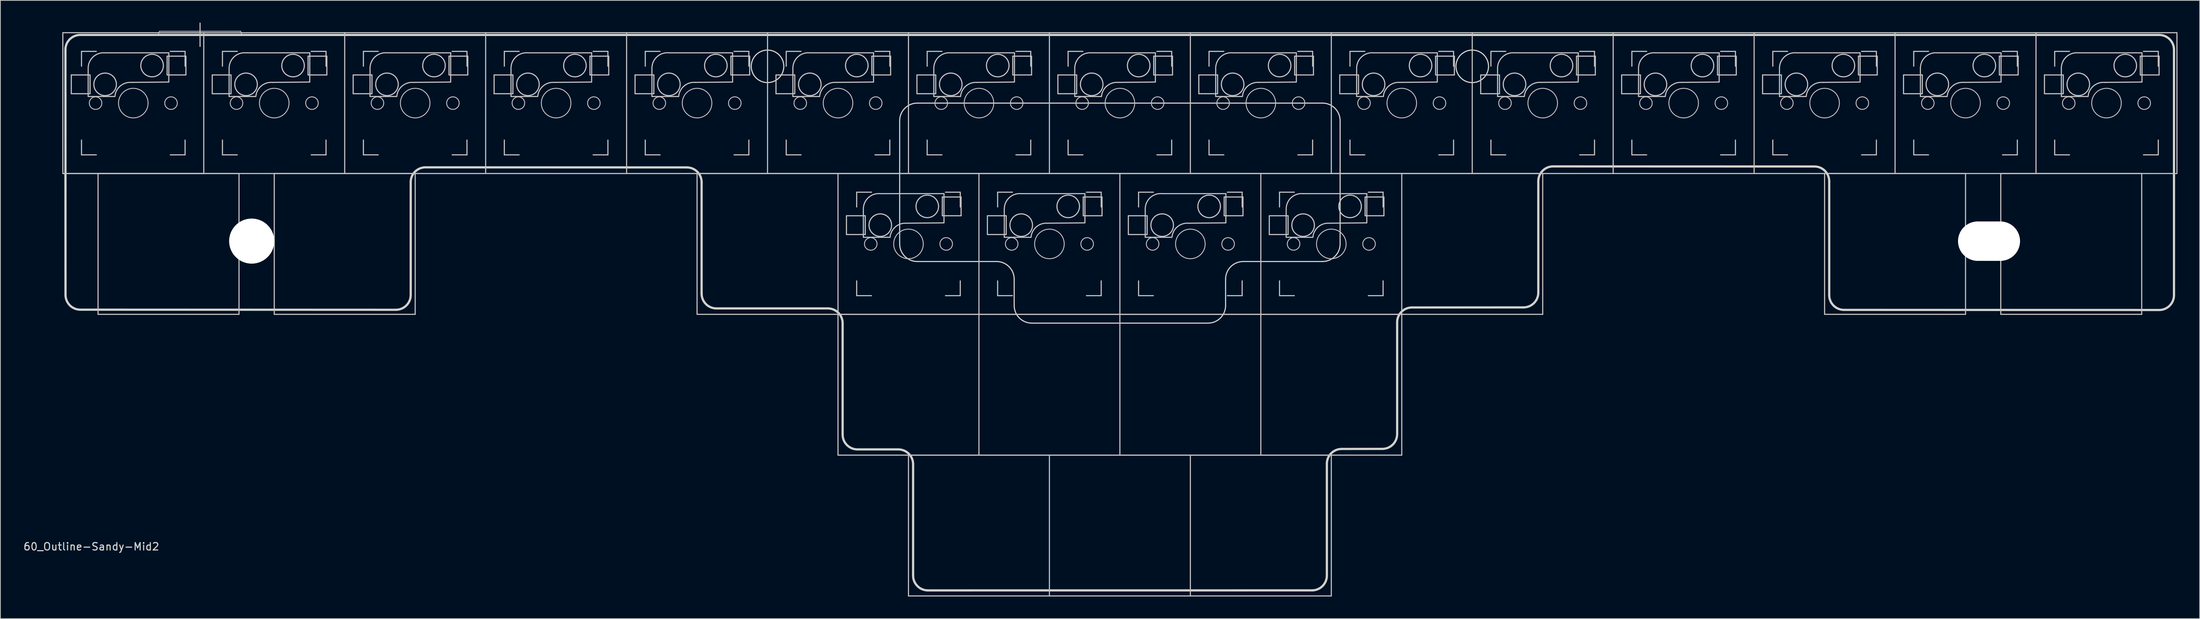
<source format=kicad_pcb>
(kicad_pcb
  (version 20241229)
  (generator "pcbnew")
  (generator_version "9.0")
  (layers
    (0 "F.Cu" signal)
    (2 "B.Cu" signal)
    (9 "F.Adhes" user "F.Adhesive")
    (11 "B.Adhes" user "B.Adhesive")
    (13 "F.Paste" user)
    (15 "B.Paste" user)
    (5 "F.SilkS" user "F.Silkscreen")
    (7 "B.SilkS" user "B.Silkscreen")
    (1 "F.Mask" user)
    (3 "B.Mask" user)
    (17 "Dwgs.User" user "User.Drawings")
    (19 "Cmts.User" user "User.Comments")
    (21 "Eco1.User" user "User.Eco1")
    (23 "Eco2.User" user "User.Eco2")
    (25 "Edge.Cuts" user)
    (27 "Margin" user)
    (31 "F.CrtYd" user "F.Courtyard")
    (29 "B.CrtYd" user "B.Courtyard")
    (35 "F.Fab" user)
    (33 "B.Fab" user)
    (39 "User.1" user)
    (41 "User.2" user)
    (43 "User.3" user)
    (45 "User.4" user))
  (footprint "60_Outline-Sandy-Mid2"
    (layer "F.Cu")
    (at 148.317 39.475)
    (property "Reference" "60_Outline-Sandy-Mid2" (at -139.025 31.425 0) (layer "Edge.Cuts") (effects (font (size 1 1) (thickness 0.15))))
    (attr through_hole)
    (fp_line (start -142.875 -38.1) (end -123.825 -38.1) (stroke (width 0.15) (type solid)) (layer "Dwgs.User"))
    (fp_line (start -142.875 -19.05) (end -142.875 -38.1) (stroke (width 0.15) (type solid)) (layer "Dwgs.User"))
    (fp_line (start -141.732 -32.385) (end -141.732 -29.845) (stroke (width 0.15) (type solid)) (layer "Dwgs.User"))
    (fp_line (start -141.732 -29.845) (end -139.192 -29.845) (stroke (width 0.15) (type solid)) (layer "Dwgs.User"))
    (fp_line (start -140.35 -35.575) (end -140.35 -33.575) (stroke (width 0.15) (type solid)) (layer "Dwgs.User"))
    (fp_line (start -140.35 -23.575) (end -140.35 -21.575) (stroke (width 0.15) (type solid)) (layer "Dwgs.User"))
    (fp_line (start -140.35 -21.575) (end -138.35 -21.575) (stroke (width 0.15) (type solid)) (layer "Dwgs.User"))
    (fp_line (start -139.45 -33.425) (end -139.45 -29.48) (stroke (width 0.15) (type solid)) (layer "Dwgs.User"))
    (fp_line (start -139.45 -29.471) (end -135.84 -29.471) (stroke (width 0.15) (type solid)) (layer "Dwgs.User"))
    (fp_line (start -139.192 -32.385) (end -141.732 -32.385) (stroke (width 0.15) (type solid)) (layer "Dwgs.User"))
    (fp_line (start -139.192 -29.845) (end -139.192 -32.385) (stroke (width 0.15) (type solid)) (layer "Dwgs.User"))
    (fp_line (start -138.35 -35.575) (end -140.35 -35.575) (stroke (width 0.15) (type solid)) (layer "Dwgs.User"))
    (fp_line (start -138.113 -19.05) (end -119.062 -19.05) (stroke (width 0.15) (type solid)) (layer "Dwgs.User"))
    (fp_line (start -138.113 0) (end -138.113 -19.05) (stroke (width 0.15) (type solid)) (layer "Dwgs.User"))
    (fp_line (start -129.825 -38.3) (end -118.825 -38.3) (stroke (width 0.1) (type solid)) (layer "Dwgs.User"))
    (fp_line (start -128.778 -34.925) (end -126.238 -34.925) (stroke (width 0.15) (type solid)) (layer "Dwgs.User"))
    (fp_line (start -128.778 -32.385) (end -128.778 -34.925) (stroke (width 0.15) (type solid)) (layer "Dwgs.User"))
    (fp_line (start -128.55 -35.379) (end -137.175 -35.379) (stroke (width 0.15) (type solid)) (layer "Dwgs.User"))
    (fp_line (start -128.55 -31.471) (end -128.55 -35.379) (stroke (width 0.15) (type solid)) (layer "Dwgs.User"))
    (fp_line (start -128.55 -31.425) (end -133.6 -31.379) (stroke (width 0.15) (type solid)) (layer "Dwgs.User"))
    (fp_line (start -128.35 -35.575) (end -126.35 -35.575) (stroke (width 0.15) (type solid)) (layer "Dwgs.User"))
    (fp_line (start -128.35 -21.575) (end -126.35 -21.575) (stroke (width 0.15) (type solid)) (layer "Dwgs.User"))
    (fp_line (start -126.35 -35.575) (end -126.35 -33.575) (stroke (width 0.15) (type solid)) (layer "Dwgs.User"))
    (fp_line (start -126.35 -21.575) (end -126.35 -23.575) (stroke (width 0.15) (type solid)) (layer "Dwgs.User"))
    (fp_line (start -126.238 -34.925) (end -126.238 -32.385) (stroke (width 0.15) (type solid)) (layer "Dwgs.User"))
    (fp_line (start -126.238 -32.385) (end -128.778 -32.385) (stroke (width 0.15) (type solid)) (layer "Dwgs.User"))
    (fp_line (start -124.325 -39.4) (end -124.325 -36.25) (stroke (width 0.15) (type solid)) (layer "Dwgs.User"))
    (fp_line (start -123.825 -38.1) (end -123.825 -19.05) (stroke (width 0.15) (type solid)) (layer "Dwgs.User"))
    (fp_line (start -123.825 -38.1) (end -104.775 -38.1) (stroke (width 0.15) (type solid)) (layer "Dwgs.User"))
    (fp_line (start -123.825 -19.05) (end -142.875 -19.05) (stroke (width 0.15) (type solid)) (layer "Dwgs.User"))
    (fp_line (start -123.825 -19.05) (end -142.875 -19.05) (stroke (width 0.15) (type solid)) (layer "Dwgs.User"))
    (fp_line (start -122.682 -32.385) (end -122.682 -29.845) (stroke (width 0.15) (type solid)) (layer "Dwgs.User"))
    (fp_line (start -122.682 -29.845) (end -120.142 -29.845) (stroke (width 0.15) (type solid)) (layer "Dwgs.User"))
    (fp_line (start -121.3 -35.575) (end -121.3 -33.575) (stroke (width 0.15) (type solid)) (layer "Dwgs.User"))
    (fp_line (start -121.3 -23.575) (end -121.3 -21.575) (stroke (width 0.15) (type solid)) (layer "Dwgs.User"))
    (fp_line (start -121.3 -21.575) (end -119.3 -21.575) (stroke (width 0.15) (type solid)) (layer "Dwgs.User"))
    (fp_line (start -120.4 -33.425) (end -120.4 -29.48) (stroke (width 0.15) (type solid)) (layer "Dwgs.User"))
    (fp_line (start -120.4 -29.471) (end -116.79 -29.471) (stroke (width 0.15) (type solid)) (layer "Dwgs.User"))
    (fp_line (start -120.142 -32.385) (end -122.682 -32.385) (stroke (width 0.15) (type solid)) (layer "Dwgs.User"))
    (fp_line (start -120.142 -29.845) (end -120.142 -32.385) (stroke (width 0.15) (type solid)) (layer "Dwgs.User"))
    (fp_line (start -119.3 -35.575) (end -121.3 -35.575) (stroke (width 0.15) (type solid)) (layer "Dwgs.User"))
    (fp_line (start -119.062 -19.05) (end -119.062 0) (stroke (width 0.15) (type solid)) (layer "Dwgs.User"))
    (fp_line (start -119.062 0) (end -138.113 0) (stroke (width 0.15) (type solid)) (layer "Dwgs.User"))
    (fp_line (start -114.3 -19.05) (end -95.25 -19.05) (stroke (width 0.15) (type solid)) (layer "Dwgs.User"))
    (fp_line (start -114.3 0) (end -114.3 -19.05) (stroke (width 0.15) (type solid)) (layer "Dwgs.User"))
    (fp_line (start -109.728 -34.925) (end -107.188 -34.925) (stroke (width 0.15) (type solid)) (layer "Dwgs.User"))
    (fp_line (start -109.728 -32.385) (end -109.728 -34.925) (stroke (width 0.15) (type solid)) (layer "Dwgs.User"))
    (fp_line (start -109.5 -35.379) (end -118.125 -35.379) (stroke (width 0.15) (type solid)) (layer "Dwgs.User"))
    (fp_line (start -109.5 -31.471) (end -109.5 -35.379) (stroke (width 0.15) (type solid)) (layer "Dwgs.User"))
    (fp_line (start -109.5 -31.425) (end -114.55 -31.379) (stroke (width 0.15) (type solid)) (layer "Dwgs.User"))
    (fp_line (start -109.3 -35.575) (end -107.3 -35.575) (stroke (width 0.15) (type solid)) (layer "Dwgs.User"))
    (fp_line (start -109.3 -21.575) (end -107.3 -21.575) (stroke (width 0.15) (type solid)) (layer "Dwgs.User"))
    (fp_line (start -107.3 -35.575) (end -107.3 -33.575) (stroke (width 0.15) (type solid)) (layer "Dwgs.User"))
    (fp_line (start -107.3 -21.575) (end -107.3 -23.575) (stroke (width 0.15) (type solid)) (layer "Dwgs.User"))
    (fp_line (start -107.188 -34.925) (end -107.188 -32.385) (stroke (width 0.15) (type solid)) (layer "Dwgs.User"))
    (fp_line (start -107.188 -32.385) (end -109.728 -32.385) (stroke (width 0.15) (type solid)) (layer "Dwgs.User"))
    (fp_line (start -104.775 -38.1) (end -85.725 -38.1) (stroke (width 0.15) (type solid)) (layer "Dwgs.User"))
    (fp_line (start -104.775 -19.05) (end -123.825 -19.05) (stroke (width 0.15) (type solid)) (layer "Dwgs.User"))
    (fp_line (start -104.775 -19.05) (end -104.775 -38.1) (stroke (width 0.15) (type solid)) (layer "Dwgs.User"))
    (fp_line (start -103.632 -32.385) (end -103.632 -29.845) (stroke (width 0.15) (type solid)) (layer "Dwgs.User"))
    (fp_line (start -103.632 -29.845) (end -101.092 -29.845) (stroke (width 0.15) (type solid)) (layer "Dwgs.User"))
    (fp_line (start -102.25 -35.575) (end -102.25 -33.575) (stroke (width 0.15) (type solid)) (layer "Dwgs.User"))
    (fp_line (start -102.25 -23.575) (end -102.25 -21.575) (stroke (width 0.15) (type solid)) (layer "Dwgs.User"))
    (fp_line (start -102.25 -21.575) (end -100.25 -21.575) (stroke (width 0.15) (type solid)) (layer "Dwgs.User"))
    (fp_line (start -101.35 -33.425) (end -101.35 -29.48) (stroke (width 0.15) (type solid)) (layer "Dwgs.User"))
    (fp_line (start -101.35 -29.471) (end -97.74 -29.471) (stroke (width 0.15) (type solid)) (layer "Dwgs.User"))
    (fp_line (start -101.092 -32.385) (end -103.632 -32.385) (stroke (width 0.15) (type solid)) (layer "Dwgs.User"))
    (fp_line (start -101.092 -29.845) (end -101.092 -32.385) (stroke (width 0.15) (type solid)) (layer "Dwgs.User"))
    (fp_line (start -100.25 -35.575) (end -102.25 -35.575) (stroke (width 0.15) (type solid)) (layer "Dwgs.User"))
    (fp_line (start -95.25 -19.05) (end -95.25 0) (stroke (width 0.15) (type solid)) (layer "Dwgs.User"))
    (fp_line (start -95.25 0) (end -114.3 0) (stroke (width 0.15) (type solid)) (layer "Dwgs.User"))
    (fp_line (start -90.678 -34.925) (end -88.138 -34.925) (stroke (width 0.15) (type solid)) (layer "Dwgs.User"))
    (fp_line (start -90.678 -32.385) (end -90.678 -34.925) (stroke (width 0.15) (type solid)) (layer "Dwgs.User"))
    (fp_line (start -90.45 -35.379) (end -99.075 -35.379) (stroke (width 0.15) (type solid)) (layer "Dwgs.User"))
    (fp_line (start -90.45 -31.471) (end -90.45 -35.379) (stroke (width 0.15) (type solid)) (layer "Dwgs.User"))
    (fp_line (start -90.45 -31.425) (end -95.5 -31.379) (stroke (width 0.15) (type solid)) (layer "Dwgs.User"))
    (fp_line (start -90.25 -35.575) (end -88.25 -35.575) (stroke (width 0.15) (type solid)) (layer "Dwgs.User"))
    (fp_line (start -90.25 -21.575) (end -88.25 -21.575) (stroke (width 0.15) (type solid)) (layer "Dwgs.User"))
    (fp_line (start -88.25 -35.575) (end -88.25 -33.575) (stroke (width 0.15) (type solid)) (layer "Dwgs.User"))
    (fp_line (start -88.25 -21.575) (end -88.25 -23.575) (stroke (width 0.15) (type solid)) (layer "Dwgs.User"))
    (fp_line (start -88.138 -34.925) (end -88.138 -32.385) (stroke (width 0.15) (type solid)) (layer "Dwgs.User"))
    (fp_line (start -88.138 -32.385) (end -90.678 -32.385) (stroke (width 0.15) (type solid)) (layer "Dwgs.User"))
    (fp_line (start -85.725 -38.1) (end -85.725 -19.05) (stroke (width 0.15) (type solid)) (layer "Dwgs.User"))
    (fp_line (start -85.725 -38.1) (end -66.675 -38.1) (stroke (width 0.15) (type solid)) (layer "Dwgs.User"))
    (fp_line (start -85.725 -19.05) (end -104.775 -19.05) (stroke (width 0.15) (type solid)) (layer "Dwgs.User"))
    (fp_line (start -84.582 -32.385) (end -84.582 -29.845) (stroke (width 0.15) (type solid)) (layer "Dwgs.User"))
    (fp_line (start -84.582 -29.845) (end -82.042 -29.845) (stroke (width 0.15) (type solid)) (layer "Dwgs.User"))
    (fp_line (start -83.2 -35.575) (end -83.2 -33.575) (stroke (width 0.15) (type solid)) (layer "Dwgs.User"))
    (fp_line (start -83.2 -23.575) (end -83.2 -21.575) (stroke (width 0.15) (type solid)) (layer "Dwgs.User"))
    (fp_line (start -83.2 -21.575) (end -81.2 -21.575) (stroke (width 0.15) (type solid)) (layer "Dwgs.User"))
    (fp_line (start -82.3 -33.425) (end -82.3 -29.48) (stroke (width 0.15) (type solid)) (layer "Dwgs.User"))
    (fp_line (start -82.3 -29.471) (end -78.69 -29.471) (stroke (width 0.15) (type solid)) (layer "Dwgs.User"))
    (fp_line (start -82.042 -32.385) (end -84.582 -32.385) (stroke (width 0.15) (type solid)) (layer "Dwgs.User"))
    (fp_line (start -82.042 -29.845) (end -82.042 -32.385) (stroke (width 0.15) (type solid)) (layer "Dwgs.User"))
    (fp_line (start -81.2 -35.575) (end -83.2 -35.575) (stroke (width 0.15) (type solid)) (layer "Dwgs.User"))
    (fp_line (start -71.628 -34.925) (end -69.088 -34.925) (stroke (width 0.15) (type solid)) (layer "Dwgs.User"))
    (fp_line (start -71.628 -32.385) (end -71.628 -34.925) (stroke (width 0.15) (type solid)) (layer "Dwgs.User"))
    (fp_line (start -71.4 -35.379) (end -80.025 -35.379) (stroke (width 0.15) (type solid)) (layer "Dwgs.User"))
    (fp_line (start -71.4 -31.471) (end -71.4 -35.379) (stroke (width 0.15) (type solid)) (layer "Dwgs.User"))
    (fp_line (start -71.4 -31.425) (end -76.45 -31.379) (stroke (width 0.15) (type solid)) (layer "Dwgs.User"))
    (fp_line (start -71.2 -35.575) (end -69.2 -35.575) (stroke (width 0.15) (type solid)) (layer "Dwgs.User"))
    (fp_line (start -71.2 -21.575) (end -69.2 -21.575) (stroke (width 0.15) (type solid)) (layer "Dwgs.User"))
    (fp_line (start -69.2 -35.575) (end -69.2 -33.575) (stroke (width 0.15) (type solid)) (layer "Dwgs.User"))
    (fp_line (start -69.2 -21.575) (end -69.2 -23.575) (stroke (width 0.15) (type solid)) (layer "Dwgs.User"))
    (fp_line (start -69.088 -34.925) (end -69.088 -32.385) (stroke (width 0.15) (type solid)) (layer "Dwgs.User"))
    (fp_line (start -69.088 -32.385) (end -71.628 -32.385) (stroke (width 0.15) (type solid)) (layer "Dwgs.User"))
    (fp_line (start -66.675 -38.1) (end -66.675 -19.05) (stroke (width 0.15) (type solid)) (layer "Dwgs.User"))
    (fp_line (start -66.675 -38.1) (end -47.625 -38.1) (stroke (width 0.15) (type solid)) (layer "Dwgs.User"))
    (fp_line (start -66.675 -19.05) (end -85.725 -19.05) (stroke (width 0.15) (type solid)) (layer "Dwgs.User"))
    (fp_line (start -65.532 -32.385) (end -65.532 -29.845) (stroke (width 0.15) (type solid)) (layer "Dwgs.User"))
    (fp_line (start -65.532 -29.845) (end -62.992 -29.845) (stroke (width 0.15) (type solid)) (layer "Dwgs.User"))
    (fp_line (start -64.15 -35.575) (end -64.15 -33.575) (stroke (width 0.15) (type solid)) (layer "Dwgs.User"))
    (fp_line (start -64.15 -23.575) (end -64.15 -21.575) (stroke (width 0.15) (type solid)) (layer "Dwgs.User"))
    (fp_line (start -64.15 -21.575) (end -62.15 -21.575) (stroke (width 0.15) (type solid)) (layer "Dwgs.User"))
    (fp_line (start -63.25 -33.425) (end -63.25 -29.48) (stroke (width 0.15) (type solid)) (layer "Dwgs.User"))
    (fp_line (start -63.25 -29.471) (end -59.64 -29.471) (stroke (width 0.15) (type solid)) (layer "Dwgs.User"))
    (fp_line (start -62.992 -32.385) (end -65.532 -32.385) (stroke (width 0.15) (type solid)) (layer "Dwgs.User"))
    (fp_line (start -62.992 -29.845) (end -62.992 -32.385) (stroke (width 0.15) (type solid)) (layer "Dwgs.User"))
    (fp_line (start -62.15 -35.575) (end -64.15 -35.575) (stroke (width 0.15) (type solid)) (layer "Dwgs.User"))
    (fp_line (start -57.15 -19.05) (end -38.1 -19.05) (stroke (width 0.15) (type solid)) (layer "Dwgs.User"))
    (fp_line (start -57.15 0) (end -57.15 -19.05) (stroke (width 0.15) (type solid)) (layer "Dwgs.User"))
    (fp_line (start -52.578 -34.925) (end -50.038 -34.925) (stroke (width 0.15) (type solid)) (layer "Dwgs.User"))
    (fp_line (start -52.578 -32.385) (end -52.578 -34.925) (stroke (width 0.15) (type solid)) (layer "Dwgs.User"))
    (fp_line (start -52.35 -35.379) (end -60.975 -35.379) (stroke (width 0.15) (type solid)) (layer "Dwgs.User"))
    (fp_line (start -52.35 -31.471) (end -52.35 -35.379) (stroke (width 0.15) (type solid)) (layer "Dwgs.User"))
    (fp_line (start -52.35 -31.425) (end -57.4 -31.379) (stroke (width 0.15) (type solid)) (layer "Dwgs.User"))
    (fp_line (start -52.15 -35.575) (end -50.15 -35.575) (stroke (width 0.15) (type solid)) (layer "Dwgs.User"))
    (fp_line (start -52.15 -21.575) (end -50.15 -21.575) (stroke (width 0.15) (type solid)) (layer "Dwgs.User"))
    (fp_line (start -50.15 -35.575) (end -50.15 -33.575) (stroke (width 0.15) (type solid)) (layer "Dwgs.User"))
    (fp_line (start -50.15 -21.575) (end -50.15 -23.575) (stroke (width 0.15) (type solid)) (layer "Dwgs.User"))
    (fp_line (start -50.038 -34.925) (end -50.038 -32.385) (stroke (width 0.15) (type solid)) (layer "Dwgs.User"))
    (fp_line (start -50.038 -32.385) (end -52.578 -32.385) (stroke (width 0.15) (type solid)) (layer "Dwgs.User"))
    (fp_line (start -47.625 -38.1) (end -28.575 -38.1) (stroke (width 0.15) (type solid)) (layer "Dwgs.User"))
    (fp_line (start -47.625 -19.05) (end -66.675 -19.05) (stroke (width 0.15) (type solid)) (layer "Dwgs.User"))
    (fp_line (start -47.625 -19.05) (end -47.625 -38.1) (stroke (width 0.15) (type solid)) (layer "Dwgs.User"))
    (fp_line (start -46.482 -32.385) (end -46.482 -29.845) (stroke (width 0.15) (type solid)) (layer "Dwgs.User"))
    (fp_line (start -46.482 -29.845) (end -43.942 -29.845) (stroke (width 0.15) (type solid)) (layer "Dwgs.User"))
    (fp_line (start -45.1 -35.575) (end -45.1 -33.575) (stroke (width 0.15) (type solid)) (layer "Dwgs.User"))
    (fp_line (start -45.1 -23.575) (end -45.1 -21.575) (stroke (width 0.15) (type solid)) (layer "Dwgs.User"))
    (fp_line (start -45.1 -21.575) (end -43.1 -21.575) (stroke (width 0.15) (type solid)) (layer "Dwgs.User"))
    (fp_line (start -44.2 -33.425) (end -44.2 -29.48) (stroke (width 0.15) (type solid)) (layer "Dwgs.User"))
    (fp_line (start -44.2 -29.471) (end -40.59 -29.471) (stroke (width 0.15) (type solid)) (layer "Dwgs.User"))
    (fp_line (start -43.942 -32.385) (end -46.482 -32.385) (stroke (width 0.15) (type solid)) (layer "Dwgs.User"))
    (fp_line (start -43.942 -29.845) (end -43.942 -32.385) (stroke (width 0.15) (type solid)) (layer "Dwgs.User"))
    (fp_line (start -43.1 -35.575) (end -45.1 -35.575) (stroke (width 0.15) (type solid)) (layer "Dwgs.User"))
    (fp_line (start -38.1 -19.05) (end -19.05 -19.05) (stroke (width 0.15) (type solid)) (layer "Dwgs.User"))
    (fp_line (start -38.1 0) (end -57.15 0) (stroke (width 0.15) (type solid)) (layer "Dwgs.User"))
    (fp_line (start -38.1 0) (end -38.1 -19.05) (stroke (width 0.15) (type solid)) (layer "Dwgs.User"))
    (fp_line (start -38.1 0) (end -19.05 0) (stroke (width 0.15) (type solid)) (layer "Dwgs.User"))
    (fp_line (start -38.1 19.05) (end -38.1 0) (stroke (width 0.15) (type solid)) (layer "Dwgs.User"))
    (fp_line (start -36.957 -13.335) (end -36.957 -10.795) (stroke (width 0.15) (type solid)) (layer "Dwgs.User"))
    (fp_line (start -36.957 -10.795) (end -34.417 -10.795) (stroke (width 0.15) (type solid)) (layer "Dwgs.User"))
    (fp_line (start -35.575 -16.525) (end -35.575 -14.525) (stroke (width 0.15) (type solid)) (layer "Dwgs.User"))
    (fp_line (start -35.575 -4.525) (end -35.575 -2.525) (stroke (width 0.15) (type solid)) (layer "Dwgs.User"))
    (fp_line (start -35.575 -2.525) (end -33.575 -2.525) (stroke (width 0.15) (type solid)) (layer "Dwgs.User"))
    (fp_line (start -34.675 -14.375) (end -34.675 -10.43) (stroke (width 0.15) (type solid)) (layer "Dwgs.User"))
    (fp_line (start -34.675 -10.421) (end -31.065 -10.421) (stroke (width 0.15) (type solid)) (layer "Dwgs.User"))
    (fp_line (start -34.417 -13.335) (end -36.957 -13.335) (stroke (width 0.15) (type solid)) (layer "Dwgs.User"))
    (fp_line (start -34.417 -10.795) (end -34.417 -13.335) (stroke (width 0.15) (type solid)) (layer "Dwgs.User"))
    (fp_line (start -33.575 -16.525) (end -35.575 -16.525) (stroke (width 0.15) (type solid)) (layer "Dwgs.User"))
    (fp_line (start -33.528 -34.925) (end -30.988 -34.925) (stroke (width 0.15) (type solid)) (layer "Dwgs.User"))
    (fp_line (start -33.528 -32.385) (end -33.528 -34.925) (stroke (width 0.15) (type solid)) (layer "Dwgs.User"))
    (fp_line (start -33.3 -35.379) (end -41.925 -35.379) (stroke (width 0.15) (type solid)) (layer "Dwgs.User"))
    (fp_line (start -33.3 -31.471) (end -33.3 -35.379) (stroke (width 0.15) (type solid)) (layer "Dwgs.User"))
    (fp_line (start -33.3 -31.425) (end -38.35 -31.379) (stroke (width 0.15) (type solid)) (layer "Dwgs.User"))
    (fp_line (start -33.1 -35.575) (end -31.1 -35.575) (stroke (width 0.15) (type solid)) (layer "Dwgs.User"))
    (fp_line (start -33.1 -21.575) (end -31.1 -21.575) (stroke (width 0.15) (type solid)) (layer "Dwgs.User"))
    (fp_line (start -31.1 -35.575) (end -31.1 -33.575) (stroke (width 0.15) (type solid)) (layer "Dwgs.User"))
    (fp_line (start -31.1 -21.575) (end -31.1 -23.575) (stroke (width 0.15) (type solid)) (layer "Dwgs.User"))
    (fp_line (start -30.988 -34.925) (end -30.988 -32.385) (stroke (width 0.15) (type solid)) (layer "Dwgs.User"))
    (fp_line (start -30.988 -32.385) (end -33.528 -32.385) (stroke (width 0.15) (type solid)) (layer "Dwgs.User"))
    (fp_line (start -28.575 -38.1) (end -9.525 -38.1) (stroke (width 0.15) (type solid)) (layer "Dwgs.User"))
    (fp_line (start -28.575 -19.05) (end -47.625 -19.05) (stroke (width 0.15) (type solid)) (layer "Dwgs.User"))
    (fp_line (start -28.575 -19.05) (end -28.575 -38.1) (stroke (width 0.15) (type solid)) (layer "Dwgs.User"))
    (fp_line (start -28.575 19.05) (end -9.525 19.05) (stroke (width 0.15) (type solid)) (layer "Dwgs.User"))
    (fp_line (start -28.575 38.1) (end -28.575 19.05) (stroke (width 0.15) (type solid)) (layer "Dwgs.User"))
    (fp_line (start -27.432 -32.385) (end -27.432 -29.845) (stroke (width 0.15) (type solid)) (layer "Dwgs.User"))
    (fp_line (start -27.432 -29.845) (end -24.892 -29.845) (stroke (width 0.15) (type solid)) (layer "Dwgs.User"))
    (fp_line (start -26.05 -35.575) (end -26.05 -33.575) (stroke (width 0.15) (type solid)) (layer "Dwgs.User"))
    (fp_line (start -26.05 -23.575) (end -26.05 -21.575) (stroke (width 0.15) (type solid)) (layer "Dwgs.User"))
    (fp_line (start -26.05 -21.575) (end -24.05 -21.575) (stroke (width 0.15) (type solid)) (layer "Dwgs.User"))
    (fp_line (start -25.15 -33.425) (end -25.15 -29.48) (stroke (width 0.15) (type solid)) (layer "Dwgs.User"))
    (fp_line (start -25.15 -29.471) (end -21.54 -29.471) (stroke (width 0.15) (type solid)) (layer "Dwgs.User"))
    (fp_line (start -24.892 -32.385) (end -27.432 -32.385) (stroke (width 0.15) (type solid)) (layer "Dwgs.User"))
    (fp_line (start -24.892 -29.845) (end -24.892 -32.385) (stroke (width 0.15) (type solid)) (layer "Dwgs.User"))
    (fp_line (start -24.05 -35.575) (end -26.05 -35.575) (stroke (width 0.15) (type solid)) (layer "Dwgs.User"))
    (fp_line (start -24.003 -15.875) (end -21.463 -15.875) (stroke (width 0.15) (type solid)) (layer "Dwgs.User"))
    (fp_line (start -24.003 -13.335) (end -24.003 -15.875) (stroke (width 0.15) (type solid)) (layer "Dwgs.User"))
    (fp_line (start -23.775 -16.329) (end -32.4 -16.329) (stroke (width 0.15) (type solid)) (layer "Dwgs.User"))
    (fp_line (start -23.775 -12.421) (end -23.775 -16.329) (stroke (width 0.15) (type solid)) (layer "Dwgs.User"))
    (fp_line (start -23.775 -12.375) (end -28.825 -12.329) (stroke (width 0.15) (type solid)) (layer "Dwgs.User"))
    (fp_line (start -23.575 -16.525) (end -21.575 -16.525) (stroke (width 0.15) (type solid)) (layer "Dwgs.User"))
    (fp_line (start -23.575 -2.525) (end -21.575 -2.525) (stroke (width 0.15) (type solid)) (layer "Dwgs.User"))
    (fp_line (start -21.575 -16.525) (end -21.575 -14.525) (stroke (width 0.15) (type solid)) (layer "Dwgs.User"))
    (fp_line (start -21.575 -2.525) (end -21.575 -4.525) (stroke (width 0.15) (type solid)) (layer "Dwgs.User"))
    (fp_line (start -21.463 -15.875) (end -21.463 -13.335) (stroke (width 0.15) (type solid)) (layer "Dwgs.User"))
    (fp_line (start -21.463 -13.335) (end -24.003 -13.335) (stroke (width 0.15) (type solid)) (layer "Dwgs.User"))
    (fp_line (start -19.05 -19.05) (end -19.05 0) (stroke (width 0.15) (type solid)) (layer "Dwgs.User"))
    (fp_line (start -19.05 -19.05) (end 0 -19.05) (stroke (width 0.15) (type solid)) (layer "Dwgs.User"))
    (fp_line (start -19.05 0) (end -38.1 0) (stroke (width 0.15) (type solid)) (layer "Dwgs.User"))
    (fp_line (start -19.05 0) (end 0 0) (stroke (width 0.15) (type solid)) (layer "Dwgs.User"))
    (fp_line (start -19.05 19.05) (end -38.1 19.05) (stroke (width 0.15) (type solid)) (layer "Dwgs.User"))
    (fp_line (start -19.05 19.05) (end -19.05 0) (stroke (width 0.15) (type solid)) (layer "Dwgs.User"))
    (fp_line (start -17.907 -13.335) (end -17.907 -10.795) (stroke (width 0.15) (type solid)) (layer "Dwgs.User"))
    (fp_line (start -17.907 -10.795) (end -15.367 -10.795) (stroke (width 0.15) (type solid)) (layer "Dwgs.User"))
    (fp_line (start -16.525 -16.525) (end -16.525 -14.525) (stroke (width 0.15) (type solid)) (layer "Dwgs.User"))
    (fp_line (start -16.525 -4.525) (end -16.525 -2.525) (stroke (width 0.15) (type solid)) (layer "Dwgs.User"))
    (fp_line (start -16.525 -2.525) (end -14.525 -2.525) (stroke (width 0.15) (type solid)) (layer "Dwgs.User"))
    (fp_line (start -15.625 -14.375) (end -15.625 -10.43) (stroke (width 0.15) (type solid)) (layer "Dwgs.User"))
    (fp_line (start -15.625 -10.421) (end -12.015 -10.421) (stroke (width 0.15) (type solid)) (layer "Dwgs.User"))
    (fp_line (start -15.367 -13.335) (end -17.907 -13.335) (stroke (width 0.15) (type solid)) (layer "Dwgs.User"))
    (fp_line (start -15.367 -10.795) (end -15.367 -13.335) (stroke (width 0.15) (type solid)) (layer "Dwgs.User"))
    (fp_line (start -14.525 -16.525) (end -16.525 -16.525) (stroke (width 0.15) (type solid)) (layer "Dwgs.User"))
    (fp_line (start -14.478 -34.925) (end -11.938 -34.925) (stroke (width 0.15) (type solid)) (layer "Dwgs.User"))
    (fp_line (start -14.478 -32.385) (end -14.478 -34.925) (stroke (width 0.15) (type solid)) (layer "Dwgs.User"))
    (fp_line (start -14.25 -35.379) (end -22.875 -35.379) (stroke (width 0.15) (type solid)) (layer "Dwgs.User"))
    (fp_line (start -14.25 -31.471) (end -14.25 -35.379) (stroke (width 0.15) (type solid)) (layer "Dwgs.User"))
    (fp_line (start -14.25 -31.425) (end -19.3 -31.379) (stroke (width 0.15) (type solid)) (layer "Dwgs.User"))
    (fp_line (start -14.05 -35.575) (end -12.05 -35.575) (stroke (width 0.15) (type solid)) (layer "Dwgs.User"))
    (fp_line (start -14.05 -21.575) (end -12.05 -21.575) (stroke (width 0.15) (type solid)) (layer "Dwgs.User"))
    (fp_line (start -12.05 -35.575) (end -12.05 -33.575) (stroke (width 0.15) (type solid)) (layer "Dwgs.User"))
    (fp_line (start -12.05 -21.575) (end -12.05 -23.575) (stroke (width 0.15) (type solid)) (layer "Dwgs.User"))
    (fp_line (start -11.938 -34.925) (end -11.938 -32.385) (stroke (width 0.15) (type solid)) (layer "Dwgs.User"))
    (fp_line (start -11.938 -32.385) (end -14.478 -32.385) (stroke (width 0.15) (type solid)) (layer "Dwgs.User"))
    (fp_line (start -9.525 -38.1) (end 9.525 -38.1) (stroke (width 0.15) (type solid)) (layer "Dwgs.User"))
    (fp_line (start -9.525 -19.05) (end -28.575 -19.05) (stroke (width 0.15) (type solid)) (layer "Dwgs.User"))
    (fp_line (start -9.525 -19.05) (end -9.525 -38.1) (stroke (width 0.15) (type solid)) (layer "Dwgs.User"))
    (fp_line (start -9.525 19.05) (end 9.525 19.05) (stroke (width 0.15) (type solid)) (layer "Dwgs.User"))
    (fp_line (start -9.525 38.1) (end -28.575 38.1) (stroke (width 0.15) (type solid)) (layer "Dwgs.User"))
    (fp_line (start -9.525 38.1) (end -9.525 19.05) (stroke (width 0.15) (type solid)) (layer "Dwgs.User"))
    (fp_line (start -8.382 -32.385) (end -8.382 -29.845) (stroke (width 0.15) (type solid)) (layer "Dwgs.User"))
    (fp_line (start -8.382 -29.845) (end -5.842 -29.845) (stroke (width 0.15) (type solid)) (layer "Dwgs.User"))
    (fp_line (start -7 -35.575) (end -7 -33.575) (stroke (width 0.15) (type solid)) (layer "Dwgs.User"))
    (fp_line (start -7 -23.575) (end -7 -21.575) (stroke (width 0.15) (type solid)) (layer "Dwgs.User"))
    (fp_line (start -7 -21.575) (end -5 -21.575) (stroke (width 0.15) (type solid)) (layer "Dwgs.User"))
    (fp_line (start -6.1 -33.425) (end -6.1 -29.48) (stroke (width 0.15) (type solid)) (layer "Dwgs.User"))
    (fp_line (start -6.1 -29.471) (end -2.49 -29.471) (stroke (width 0.15) (type solid)) (layer "Dwgs.User"))
    (fp_line (start -5.842 -32.385) (end -8.382 -32.385) (stroke (width 0.15) (type solid)) (layer "Dwgs.User"))
    (fp_line (start -5.842 -29.845) (end -5.842 -32.385) (stroke (width 0.15) (type solid)) (layer "Dwgs.User"))
    (fp_line (start -5 -35.575) (end -7 -35.575) (stroke (width 0.15) (type solid)) (layer "Dwgs.User"))
    (fp_line (start -4.953 -15.875) (end -2.413 -15.875) (stroke (width 0.15) (type solid)) (layer "Dwgs.User"))
    (fp_line (start -4.953 -13.335) (end -4.953 -15.875) (stroke (width 0.15) (type solid)) (layer "Dwgs.User"))
    (fp_line (start -4.725 -16.329) (end -13.35 -16.329) (stroke (width 0.15) (type solid)) (layer "Dwgs.User"))
    (fp_line (start -4.725 -12.421) (end -4.725 -16.329) (stroke (width 0.15) (type solid)) (layer "Dwgs.User"))
    (fp_line (start -4.725 -12.375) (end -9.775 -12.329) (stroke (width 0.15) (type solid)) (layer "Dwgs.User"))
    (fp_line (start -4.525 -16.525) (end -2.525 -16.525) (stroke (width 0.15) (type solid)) (layer "Dwgs.User"))
    (fp_line (start -4.525 -2.525) (end -2.525 -2.525) (stroke (width 0.15) (type solid)) (layer "Dwgs.User"))
    (fp_line (start -2.525 -16.525) (end -2.525 -14.525) (stroke (width 0.15) (type solid)) (layer "Dwgs.User"))
    (fp_line (start -2.525 -2.525) (end -2.525 -4.525) (stroke (width 0.15) (type solid)) (layer "Dwgs.User"))
    (fp_line (start -2.413 -15.875) (end -2.413 -13.335) (stroke (width 0.15) (type solid)) (layer "Dwgs.User"))
    (fp_line (start -2.413 -13.335) (end -4.953 -13.335) (stroke (width 0.15) (type solid)) (layer "Dwgs.User"))
    (fp_line (start 0 -19.05) (end 0 0) (stroke (width 0.15) (type solid)) (layer "Dwgs.User"))
    (fp_line (start 0 -19.05) (end 19.05 -19.05) (stroke (width 0.15) (type solid)) (layer "Dwgs.User"))
    (fp_line (start 0 0) (end -19.05 0) (stroke (width 0.15) (type solid)) (layer "Dwgs.User"))
    (fp_line (start 0 0) (end 19.05 0) (stroke (width 0.15) (type solid)) (layer "Dwgs.User"))
    (fp_line (start 0 19.05) (end -19.05 19.05) (stroke (width 0.15) (type solid)) (layer "Dwgs.User"))
    (fp_line (start 0 19.05) (end 0 0) (stroke (width 0.15) (type solid)) (layer "Dwgs.User"))
    (fp_line (start 1.143 -13.335) (end 1.143 -10.795) (stroke (width 0.15) (type solid)) (layer "Dwgs.User"))
    (fp_line (start 1.143 -10.795) (end 3.683 -10.795) (stroke (width 0.15) (type solid)) (layer "Dwgs.User"))
    (fp_line (start 2.525 -16.525) (end 2.525 -14.525) (stroke (width 0.15) (type solid)) (layer "Dwgs.User"))
    (fp_line (start 2.525 -4.525) (end 2.525 -2.525) (stroke (width 0.15) (type solid)) (layer "Dwgs.User"))
    (fp_line (start 2.525 -2.525) (end 4.525 -2.525) (stroke (width 0.15) (type solid)) (layer "Dwgs.User"))
    (fp_line (start 3.425 -14.375) (end 3.425 -10.43) (stroke (width 0.15) (type solid)) (layer "Dwgs.User"))
    (fp_line (start 3.425 -10.421) (end 7.035 -10.421) (stroke (width 0.15) (type solid)) (layer "Dwgs.User"))
    (fp_line (start 3.683 -13.335) (end 1.143 -13.335) (stroke (width 0.15) (type solid)) (layer "Dwgs.User"))
    (fp_line (start 3.683 -10.795) (end 3.683 -13.335) (stroke (width 0.15) (type solid)) (layer "Dwgs.User"))
    (fp_line (start 4.525 -16.525) (end 2.525 -16.525) (stroke (width 0.15) (type solid)) (layer "Dwgs.User"))
    (fp_line (start 4.572 -34.925) (end 7.112 -34.925) (stroke (width 0.15) (type solid)) (layer "Dwgs.User"))
    (fp_line (start 4.572 -32.385) (end 4.572 -34.925) (stroke (width 0.15) (type solid)) (layer "Dwgs.User"))
    (fp_line (start 4.8 -35.379) (end -3.825 -35.379) (stroke (width 0.15) (type solid)) (layer "Dwgs.User"))
    (fp_line (start 4.8 -31.471) (end 4.8 -35.379) (stroke (width 0.15) (type solid)) (layer "Dwgs.User"))
    (fp_line (start 4.8 -31.425) (end -0.25 -31.379) (stroke (width 0.15) (type solid)) (layer "Dwgs.User"))
    (fp_line (start 5 -35.575) (end 7 -35.575) (stroke (width 0.15) (type solid)) (layer "Dwgs.User"))
    (fp_line (start 5 -21.575) (end 7 -21.575) (stroke (width 0.15) (type solid)) (layer "Dwgs.User"))
    (fp_line (start 7 -35.575) (end 7 -33.575) (stroke (width 0.15) (type solid)) (layer "Dwgs.User"))
    (fp_line (start 7 -21.575) (end 7 -23.575) (stroke (width 0.15) (type solid)) (layer "Dwgs.User"))
    (fp_line (start 7.112 -34.925) (end 7.112 -32.385) (stroke (width 0.15) (type solid)) (layer "Dwgs.User"))
    (fp_line (start 7.112 -32.385) (end 4.572 -32.385) (stroke (width 0.15) (type solid)) (layer "Dwgs.User"))
    (fp_line (start 9.525 -38.1) (end 28.575 -38.1) (stroke (width 0.15) (type solid)) (layer "Dwgs.User"))
    (fp_line (start 9.525 -19.05) (end -9.525 -19.05) (stroke (width 0.15) (type solid)) (layer "Dwgs.User"))
    (fp_line (start 9.525 -19.05) (end 9.525 -38.1) (stroke (width 0.15) (type solid)) (layer "Dwgs.User"))
    (fp_line (start 9.525 19.05) (end 28.575 19.05) (stroke (width 0.15) (type solid)) (layer "Dwgs.User"))
    (fp_line (start 9.525 38.1) (end -9.525 38.1) (stroke (width 0.15) (type solid)) (layer "Dwgs.User"))
    (fp_line (start 9.525 38.1) (end 9.525 19.05) (stroke (width 0.15) (type solid)) (layer "Dwgs.User"))
    (fp_line (start 10.668 -32.385) (end 10.668 -29.845) (stroke (width 0.15) (type solid)) (layer "Dwgs.User"))
    (fp_line (start 10.668 -29.845) (end 13.208 -29.845) (stroke (width 0.15) (type solid)) (layer "Dwgs.User"))
    (fp_line (start 12.05 -35.575) (end 12.05 -33.575) (stroke (width 0.15) (type solid)) (layer "Dwgs.User"))
    (fp_line (start 12.05 -23.575) (end 12.05 -21.575) (stroke (width 0.15) (type solid)) (layer "Dwgs.User"))
    (fp_line (start 12.05 -21.575) (end 14.05 -21.575) (stroke (width 0.15) (type solid)) (layer "Dwgs.User"))
    (fp_line (start 12.95 -33.425) (end 12.95 -29.48) (stroke (width 0.15) (type solid)) (layer "Dwgs.User"))
    (fp_line (start 12.95 -29.471) (end 16.56 -29.471) (stroke (width 0.15) (type solid)) (layer "Dwgs.User"))
    (fp_line (start 13.208 -32.385) (end 10.668 -32.385) (stroke (width 0.15) (type solid)) (layer "Dwgs.User"))
    (fp_line (start 13.208 -29.845) (end 13.208 -32.385) (stroke (width 0.15) (type solid)) (layer "Dwgs.User"))
    (fp_line (start 14.05 -35.575) (end 12.05 -35.575) (stroke (width 0.15) (type solid)) (layer "Dwgs.User"))
    (fp_line (start 14.097 -15.875) (end 16.637 -15.875) (stroke (width 0.15) (type solid)) (layer "Dwgs.User"))
    (fp_line (start 14.097 -13.335) (end 14.097 -15.875) (stroke (width 0.15) (type solid)) (layer "Dwgs.User"))
    (fp_line (start 14.325 -16.329) (end 5.7 -16.329) (stroke (width 0.15) (type solid)) (layer "Dwgs.User"))
    (fp_line (start 14.325 -12.421) (end 14.325 -16.329) (stroke (width 0.15) (type solid)) (layer "Dwgs.User"))
    (fp_line (start 14.325 -12.375) (end 9.275 -12.329) (stroke (width 0.15) (type solid)) (layer "Dwgs.User"))
    (fp_line (start 14.525 -16.525) (end 16.525 -16.525) (stroke (width 0.15) (type solid)) (layer "Dwgs.User"))
    (fp_line (start 14.525 -2.525) (end 16.525 -2.525) (stroke (width 0.15) (type solid)) (layer "Dwgs.User"))
    (fp_line (start 16.525 -16.525) (end 16.525 -14.525) (stroke (width 0.15) (type solid)) (layer "Dwgs.User"))
    (fp_line (start 16.525 -2.525) (end 16.525 -4.525) (stroke (width 0.15) (type solid)) (layer "Dwgs.User"))
    (fp_line (start 16.637 -15.875) (end 16.637 -13.335) (stroke (width 0.15) (type solid)) (layer "Dwgs.User"))
    (fp_line (start 16.637 -13.335) (end 14.097 -13.335) (stroke (width 0.15) (type solid)) (layer "Dwgs.User"))
    (fp_line (start 19.05 -19.05) (end 38.1 -19.05) (stroke (width 0.15) (type solid)) (layer "Dwgs.User"))
    (fp_line (start 19.05 0) (end 0 0) (stroke (width 0.15) (type solid)) (layer "Dwgs.User"))
    (fp_line (start 19.05 0) (end 19.05 -19.05) (stroke (width 0.15) (type solid)) (layer "Dwgs.User"))
    (fp_line (start 19.05 0) (end 38.1 0) (stroke (width 0.15) (type solid)) (layer "Dwgs.User"))
    (fp_line (start 19.05 19.05) (end 0 19.05) (stroke (width 0.15) (type solid)) (layer "Dwgs.User"))
    (fp_line (start 19.05 19.05) (end 19.05 0) (stroke (width 0.15) (type solid)) (layer "Dwgs.User"))
    (fp_line (start 20.193 -13.335) (end 20.193 -10.795) (stroke (width 0.15) (type solid)) (layer "Dwgs.User"))
    (fp_line (start 20.193 -10.795) (end 22.733 -10.795) (stroke (width 0.15) (type solid)) (layer "Dwgs.User"))
    (fp_line (start 21.575 -16.525) (end 21.575 -14.525) (stroke (width 0.15) (type solid)) (layer "Dwgs.User"))
    (fp_line (start 21.575 -4.525) (end 21.575 -2.525) (stroke (width 0.15) (type solid)) (layer "Dwgs.User"))
    (fp_line (start 21.575 -2.525) (end 23.575 -2.525) (stroke (width 0.15) (type solid)) (layer "Dwgs.User"))
    (fp_line (start 22.475 -14.375) (end 22.475 -10.43) (stroke (width 0.15) (type solid)) (layer "Dwgs.User"))
    (fp_line (start 22.475 -10.421) (end 26.085 -10.421) (stroke (width 0.15) (type solid)) (layer "Dwgs.User"))
    (fp_line (start 22.733 -13.335) (end 20.193 -13.335) (stroke (width 0.15) (type solid)) (layer "Dwgs.User"))
    (fp_line (start 22.733 -10.795) (end 22.733 -13.335) (stroke (width 0.15) (type solid)) (layer "Dwgs.User"))
    (fp_line (start 23.575 -16.525) (end 21.575 -16.525) (stroke (width 0.15) (type solid)) (layer "Dwgs.User"))
    (fp_line (start 23.622 -34.925) (end 26.162 -34.925) (stroke (width 0.15) (type solid)) (layer "Dwgs.User"))
    (fp_line (start 23.622 -32.385) (end 23.622 -34.925) (stroke (width 0.15) (type solid)) (layer "Dwgs.User"))
    (fp_line (start 23.85 -35.379) (end 15.225 -35.379) (stroke (width 0.15) (type solid)) (layer "Dwgs.User"))
    (fp_line (start 23.85 -31.471) (end 23.85 -35.379) (stroke (width 0.15) (type solid)) (layer "Dwgs.User"))
    (fp_line (start 23.85 -31.425) (end 18.8 -31.379) (stroke (width 0.15) (type solid)) (layer "Dwgs.User"))
    (fp_line (start 24.05 -35.575) (end 26.05 -35.575) (stroke (width 0.15) (type solid)) (layer "Dwgs.User"))
    (fp_line (start 24.05 -21.575) (end 26.05 -21.575) (stroke (width 0.15) (type solid)) (layer "Dwgs.User"))
    (fp_line (start 26.05 -35.575) (end 26.05 -33.575) (stroke (width 0.15) (type solid)) (layer "Dwgs.User"))
    (fp_line (start 26.05 -21.575) (end 26.05 -23.575) (stroke (width 0.15) (type solid)) (layer "Dwgs.User"))
    (fp_line (start 26.162 -34.925) (end 26.162 -32.385) (stroke (width 0.15) (type solid)) (layer "Dwgs.User"))
    (fp_line (start 26.162 -32.385) (end 23.622 -32.385) (stroke (width 0.15) (type solid)) (layer "Dwgs.User"))
    (fp_line (start 28.575 -38.1) (end 47.625 -38.1) (stroke (width 0.15) (type solid)) (layer "Dwgs.User"))
    (fp_line (start 28.575 -19.05) (end 9.525 -19.05) (stroke (width 0.15) (type solid)) (layer "Dwgs.User"))
    (fp_line (start 28.575 -19.05) (end 28.575 -38.1) (stroke (width 0.15) (type solid)) (layer "Dwgs.User"))
    (fp_line (start 28.575 19.05) (end 28.575 38.1) (stroke (width 0.15) (type solid)) (layer "Dwgs.User"))
    (fp_line (start 28.575 38.1) (end 9.525 38.1) (stroke (width 0.15) (type solid)) (layer "Dwgs.User"))
    (fp_line (start 29.718 -32.385) (end 29.718 -29.845) (stroke (width 0.15) (type solid)) (layer "Dwgs.User"))
    (fp_line (start 29.718 -29.845) (end 32.258 -29.845) (stroke (width 0.15) (type solid)) (layer "Dwgs.User"))
    (fp_line (start 31.1 -35.575) (end 31.1 -33.575) (stroke (width 0.15) (type solid)) (layer "Dwgs.User"))
    (fp_line (start 31.1 -23.575) (end 31.1 -21.575) (stroke (width 0.15) (type solid)) (layer "Dwgs.User"))
    (fp_line (start 31.1 -21.575) (end 33.1 -21.575) (stroke (width 0.15) (type solid)) (layer "Dwgs.User"))
    (fp_line (start 32 -33.425) (end 32 -29.48) (stroke (width 0.15) (type solid)) (layer "Dwgs.User"))
    (fp_line (start 32 -29.471) (end 35.61 -29.471) (stroke (width 0.15) (type solid)) (layer "Dwgs.User"))
    (fp_line (start 32.258 -32.385) (end 29.718 -32.385) (stroke (width 0.15) (type solid)) (layer "Dwgs.User"))
    (fp_line (start 32.258 -29.845) (end 32.258 -32.385) (stroke (width 0.15) (type solid)) (layer "Dwgs.User"))
    (fp_line (start 33.1 -35.575) (end 31.1 -35.575) (stroke (width 0.15) (type solid)) (layer "Dwgs.User"))
    (fp_line (start 33.147 -15.875) (end 35.687 -15.875) (stroke (width 0.15) (type solid)) (layer "Dwgs.User"))
    (fp_line (start 33.147 -13.335) (end 33.147 -15.875) (stroke (width 0.15) (type solid)) (layer "Dwgs.User"))
    (fp_line (start 33.375 -16.329) (end 24.75 -16.329) (stroke (width 0.15) (type solid)) (layer "Dwgs.User"))
    (fp_line (start 33.375 -12.421) (end 33.375 -16.329) (stroke (width 0.15) (type solid)) (layer "Dwgs.User"))
    (fp_line (start 33.375 -12.375) (end 28.325 -12.329) (stroke (width 0.15) (type solid)) (layer "Dwgs.User"))
    (fp_line (start 33.575 -16.525) (end 35.575 -16.525) (stroke (width 0.15) (type solid)) (layer "Dwgs.User"))
    (fp_line (start 33.575 -2.525) (end 35.575 -2.525) (stroke (width 0.15) (type solid)) (layer "Dwgs.User"))
    (fp_line (start 35.575 -16.525) (end 35.575 -14.525) (stroke (width 0.15) (type solid)) (layer "Dwgs.User"))
    (fp_line (start 35.575 -2.525) (end 35.575 -4.525) (stroke (width 0.15) (type solid)) (layer "Dwgs.User"))
    (fp_line (start 35.687 -15.875) (end 35.687 -13.335) (stroke (width 0.15) (type solid)) (layer "Dwgs.User"))
    (fp_line (start 35.687 -13.335) (end 33.147 -13.335) (stroke (width 0.15) (type solid)) (layer "Dwgs.User"))
    (fp_line (start 38.1 -19.05) (end 38.1 0) (stroke (width 0.15) (type solid)) (layer "Dwgs.User"))
    (fp_line (start 38.1 -19.05) (end 57.15 -19.05) (stroke (width 0.15) (type solid)) (layer "Dwgs.User"))
    (fp_line (start 38.1 0) (end 19.05 0) (stroke (width 0.15) (type solid)) (layer "Dwgs.User"))
    (fp_line (start 38.1 0) (end 38.1 19.05) (stroke (width 0.15) (type solid)) (layer "Dwgs.User"))
    (fp_line (start 38.1 19.05) (end 19.05 19.05) (stroke (width 0.15) (type solid)) (layer "Dwgs.User"))
    (fp_line (start 42.672 -34.925) (end 45.212 -34.925) (stroke (width 0.15) (type solid)) (layer "Dwgs.User"))
    (fp_line (start 42.672 -32.385) (end 42.672 -34.925) (stroke (width 0.15) (type solid)) (layer "Dwgs.User"))
    (fp_line (start 42.9 -35.379) (end 34.275 -35.379) (stroke (width 0.15) (type solid)) (layer "Dwgs.User"))
    (fp_line (start 42.9 -31.471) (end 42.9 -35.379) (stroke (width 0.15) (type solid)) (layer "Dwgs.User"))
    (fp_line (start 42.9 -31.425) (end 37.85 -31.379) (stroke (width 0.15) (type solid)) (layer "Dwgs.User"))
    (fp_line (start 43.1 -35.575) (end 45.1 -35.575) (stroke (width 0.15) (type solid)) (layer "Dwgs.User"))
    (fp_line (start 43.1 -21.575) (end 45.1 -21.575) (stroke (width 0.15) (type solid)) (layer "Dwgs.User"))
    (fp_line (start 45.1 -35.575) (end 45.1 -33.575) (stroke (width 0.15) (type solid)) (layer "Dwgs.User"))
    (fp_line (start 45.1 -21.575) (end 45.1 -23.575) (stroke (width 0.15) (type solid)) (layer "Dwgs.User"))
    (fp_line (start 45.212 -34.925) (end 45.212 -32.385) (stroke (width 0.15) (type solid)) (layer "Dwgs.User"))
    (fp_line (start 45.212 -32.385) (end 42.672 -32.385) (stroke (width 0.15) (type solid)) (layer "Dwgs.User"))
    (fp_line (start 47.625 -38.1) (end 66.675 -38.1) (stroke (width 0.15) (type solid)) (layer "Dwgs.User"))
    (fp_line (start 47.625 -19.05) (end 28.575 -19.05) (stroke (width 0.15) (type solid)) (layer "Dwgs.User"))
    (fp_line (start 47.625 -19.05) (end 47.625 -38.1) (stroke (width 0.15) (type solid)) (layer "Dwgs.User"))
    (fp_line (start 48.768 -32.385) (end 48.768 -29.845) (stroke (width 0.15) (type solid)) (layer "Dwgs.User"))
    (fp_line (start 48.768 -29.845) (end 51.308 -29.845) (stroke (width 0.15) (type solid)) (layer "Dwgs.User"))
    (fp_line (start 50.15 -35.575) (end 50.15 -33.575) (stroke (width 0.15) (type solid)) (layer "Dwgs.User"))
    (fp_line (start 50.15 -23.575) (end 50.15 -21.575) (stroke (width 0.15) (type solid)) (layer "Dwgs.User"))
    (fp_line (start 50.15 -21.575) (end 52.15 -21.575) (stroke (width 0.15) (type solid)) (layer "Dwgs.User"))
    (fp_line (start 51.05 -33.425) (end 51.05 -29.48) (stroke (width 0.15) (type solid)) (layer "Dwgs.User"))
    (fp_line (start 51.05 -29.471) (end 54.66 -29.471) (stroke (width 0.15) (type solid)) (layer "Dwgs.User"))
    (fp_line (start 51.308 -32.385) (end 48.768 -32.385) (stroke (width 0.15) (type solid)) (layer "Dwgs.User"))
    (fp_line (start 51.308 -29.845) (end 51.308 -32.385) (stroke (width 0.15) (type solid)) (layer "Dwgs.User"))
    (fp_line (start 52.15 -35.575) (end 50.15 -35.575) (stroke (width 0.15) (type solid)) (layer "Dwgs.User"))
    (fp_line (start 57.15 -19.05) (end 57.15 0) (stroke (width 0.15) (type solid)) (layer "Dwgs.User"))
    (fp_line (start 57.15 0) (end 38.1 0) (stroke (width 0.15) (type solid)) (layer "Dwgs.User"))
    (fp_line (start 61.722 -34.925) (end 64.262 -34.925) (stroke (width 0.15) (type solid)) (layer "Dwgs.User"))
    (fp_line (start 61.722 -32.385) (end 61.722 -34.925) (stroke (width 0.15) (type solid)) (layer "Dwgs.User"))
    (fp_line (start 61.95 -35.379) (end 53.325 -35.379) (stroke (width 0.15) (type solid)) (layer "Dwgs.User"))
    (fp_line (start 61.95 -31.471) (end 61.95 -35.379) (stroke (width 0.15) (type solid)) (layer "Dwgs.User"))
    (fp_line (start 61.95 -31.425) (end 56.9 -31.379) (stroke (width 0.15) (type solid)) (layer "Dwgs.User"))
    (fp_line (start 62.15 -35.575) (end 64.15 -35.575) (stroke (width 0.15) (type solid)) (layer "Dwgs.User"))
    (fp_line (start 62.15 -21.575) (end 64.15 -21.575) (stroke (width 0.15) (type solid)) (layer "Dwgs.User"))
    (fp_line (start 64.15 -35.575) (end 64.15 -33.575) (stroke (width 0.15) (type solid)) (layer "Dwgs.User"))
    (fp_line (start 64.15 -21.575) (end 64.15 -23.575) (stroke (width 0.15) (type solid)) (layer "Dwgs.User"))
    (fp_line (start 64.262 -34.925) (end 64.262 -32.385) (stroke (width 0.15) (type solid)) (layer "Dwgs.User"))
    (fp_line (start 64.262 -32.385) (end 61.722 -32.385) (stroke (width 0.15) (type solid)) (layer "Dwgs.User"))
    (fp_line (start 66.675 -38.1) (end 85.725 -38.1) (stroke (width 0.15) (type solid)) (layer "Dwgs.User"))
    (fp_line (start 66.675 -19.05) (end 47.625 -19.05) (stroke (width 0.15) (type solid)) (layer "Dwgs.User"))
    (fp_line (start 66.675 -19.05) (end 66.675 -38.1) (stroke (width 0.15) (type solid)) (layer "Dwgs.User"))
    (fp_line (start 67.818 -32.385) (end 67.818 -29.845) (stroke (width 0.15) (type solid)) (layer "Dwgs.User"))
    (fp_line (start 67.818 -29.845) (end 70.358 -29.845) (stroke (width 0.15) (type solid)) (layer "Dwgs.User"))
    (fp_line (start 69.2 -35.575) (end 69.2 -33.575) (stroke (width 0.15) (type solid)) (layer "Dwgs.User"))
    (fp_line (start 69.2 -23.575) (end 69.2 -21.575) (stroke (width 0.15) (type solid)) (layer "Dwgs.User"))
    (fp_line (start 69.2 -21.575) (end 71.2 -21.575) (stroke (width 0.15) (type solid)) (layer "Dwgs.User"))
    (fp_line (start 70.1 -33.425) (end 70.1 -29.48) (stroke (width 0.15) (type solid)) (layer "Dwgs.User"))
    (fp_line (start 70.1 -29.471) (end 73.71 -29.471) (stroke (width 0.15) (type solid)) (layer "Dwgs.User"))
    (fp_line (start 70.358 -32.385) (end 67.818 -32.385) (stroke (width 0.15) (type solid)) (layer "Dwgs.User"))
    (fp_line (start 70.358 -29.845) (end 70.358 -32.385) (stroke (width 0.15) (type solid)) (layer "Dwgs.User"))
    (fp_line (start 71.2 -35.575) (end 69.2 -35.575) (stroke (width 0.15) (type solid)) (layer "Dwgs.User"))
    (fp_line (start 80.772 -34.925) (end 83.312 -34.925) (stroke (width 0.15) (type solid)) (layer "Dwgs.User"))
    (fp_line (start 80.772 -32.385) (end 80.772 -34.925) (stroke (width 0.15) (type solid)) (layer "Dwgs.User"))
    (fp_line (start 81 -35.379) (end 72.375 -35.379) (stroke (width 0.15) (type solid)) (layer "Dwgs.User"))
    (fp_line (start 81 -31.471) (end 81 -35.379) (stroke (width 0.15) (type solid)) (layer "Dwgs.User"))
    (fp_line (start 81 -31.425) (end 75.95 -31.379) (stroke (width 0.15) (type solid)) (layer "Dwgs.User"))
    (fp_line (start 81.2 -35.575) (end 83.2 -35.575) (stroke (width 0.15) (type solid)) (layer "Dwgs.User"))
    (fp_line (start 81.2 -21.575) (end 83.2 -21.575) (stroke (width 0.15) (type solid)) (layer "Dwgs.User"))
    (fp_line (start 83.2 -35.575) (end 83.2 -33.575) (stroke (width 0.15) (type solid)) (layer "Dwgs.User"))
    (fp_line (start 83.2 -21.575) (end 83.2 -23.575) (stroke (width 0.15) (type solid)) (layer "Dwgs.User"))
    (fp_line (start 83.312 -34.925) (end 83.312 -32.385) (stroke (width 0.15) (type solid)) (layer "Dwgs.User"))
    (fp_line (start 83.312 -32.385) (end 80.772 -32.385) (stroke (width 0.15) (type solid)) (layer "Dwgs.User"))
    (fp_line (start 85.725 -38.1) (end 85.725 -19.05) (stroke (width 0.15) (type solid)) (layer "Dwgs.User"))
    (fp_line (start 85.725 -38.1) (end 104.775 -38.1) (stroke (width 0.15) (type solid)) (layer "Dwgs.User"))
    (fp_line (start 85.725 -19.05) (end 66.675 -19.05) (stroke (width 0.15) (type solid)) (layer "Dwgs.User"))
    (fp_line (start 86.868 -32.385) (end 86.868 -29.845) (stroke (width 0.15) (type solid)) (layer "Dwgs.User"))
    (fp_line (start 86.868 -29.845) (end 89.408 -29.845) (stroke (width 0.15) (type solid)) (layer "Dwgs.User"))
    (fp_line (start 88.25 -35.575) (end 88.25 -33.575) (stroke (width 0.15) (type solid)) (layer "Dwgs.User"))
    (fp_line (start 88.25 -23.575) (end 88.25 -21.575) (stroke (width 0.15) (type solid)) (layer "Dwgs.User"))
    (fp_line (start 88.25 -21.575) (end 90.25 -21.575) (stroke (width 0.15) (type solid)) (layer "Dwgs.User"))
    (fp_line (start 89.15 -33.425) (end 89.15 -29.48) (stroke (width 0.15) (type solid)) (layer "Dwgs.User"))
    (fp_line (start 89.15 -29.471) (end 92.76 -29.471) (stroke (width 0.15) (type solid)) (layer "Dwgs.User"))
    (fp_line (start 89.408 -32.385) (end 86.868 -32.385) (stroke (width 0.15) (type solid)) (layer "Dwgs.User"))
    (fp_line (start 89.408 -29.845) (end 89.408 -32.385) (stroke (width 0.15) (type solid)) (layer "Dwgs.User"))
    (fp_line (start 90.25 -35.575) (end 88.25 -35.575) (stroke (width 0.15) (type solid)) (layer "Dwgs.User"))
    (fp_line (start 95.25 -19.05) (end 114.3 -19.05) (stroke (width 0.15) (type solid)) (layer "Dwgs.User"))
    (fp_line (start 95.25 0) (end 95.25 -19.05) (stroke (width 0.15) (type solid)) (layer "Dwgs.User"))
    (fp_line (start 99.822 -34.925) (end 102.362 -34.925) (stroke (width 0.15) (type solid)) (layer "Dwgs.User"))
    (fp_line (start 99.822 -32.385) (end 99.822 -34.925) (stroke (width 0.15) (type solid)) (layer "Dwgs.User"))
    (fp_line (start 100.05 -35.379) (end 91.425 -35.379) (stroke (width 0.15) (type solid)) (layer "Dwgs.User"))
    (fp_line (start 100.05 -31.471) (end 100.05 -35.379) (stroke (width 0.15) (type solid)) (layer "Dwgs.User"))
    (fp_line (start 100.05 -31.425) (end 95 -31.379) (stroke (width 0.15) (type solid)) (layer "Dwgs.User"))
    (fp_line (start 100.25 -35.575) (end 102.25 -35.575) (stroke (width 0.15) (type solid)) (layer "Dwgs.User"))
    (fp_line (start 100.25 -21.575) (end 102.25 -21.575) (stroke (width 0.15) (type solid)) (layer "Dwgs.User"))
    (fp_line (start 102.25 -35.575) (end 102.25 -33.575) (stroke (width 0.15) (type solid)) (layer "Dwgs.User"))
    (fp_line (start 102.25 -21.575) (end 102.25 -23.575) (stroke (width 0.15) (type solid)) (layer "Dwgs.User"))
    (fp_line (start 102.362 -34.925) (end 102.362 -32.385) (stroke (width 0.15) (type solid)) (layer "Dwgs.User"))
    (fp_line (start 102.362 -32.385) (end 99.822 -32.385) (stroke (width 0.15) (type solid)) (layer "Dwgs.User"))
    (fp_line (start 104.775 -38.1) (end 104.775 -19.05) (stroke (width 0.15) (type solid)) (layer "Dwgs.User"))
    (fp_line (start 104.775 -38.1) (end 123.825 -38.1) (stroke (width 0.15) (type solid)) (layer "Dwgs.User"))
    (fp_line (start 104.775 -19.05) (end 85.725 -19.05) (stroke (width 0.15) (type solid)) (layer "Dwgs.User"))
    (fp_line (start 105.918 -32.385) (end 105.918 -29.845) (stroke (width 0.15) (type solid)) (layer "Dwgs.User"))
    (fp_line (start 105.918 -29.845) (end 108.458 -29.845) (stroke (width 0.15) (type solid)) (layer "Dwgs.User"))
    (fp_line (start 107.3 -35.575) (end 107.3 -33.575) (stroke (width 0.15) (type solid)) (layer "Dwgs.User"))
    (fp_line (start 107.3 -23.575) (end 107.3 -21.575) (stroke (width 0.15) (type solid)) (layer "Dwgs.User"))
    (fp_line (start 107.3 -21.575) (end 109.3 -21.575) (stroke (width 0.15) (type solid)) (layer "Dwgs.User"))
    (fp_line (start 108.2 -33.425) (end 108.2 -29.48) (stroke (width 0.15) (type solid)) (layer "Dwgs.User"))
    (fp_line (start 108.2 -29.471) (end 111.81 -29.471) (stroke (width 0.15) (type solid)) (layer "Dwgs.User"))
    (fp_line (start 108.458 -32.385) (end 105.918 -32.385) (stroke (width 0.15) (type solid)) (layer "Dwgs.User"))
    (fp_line (start 108.458 -29.845) (end 108.458 -32.385) (stroke (width 0.15) (type solid)) (layer "Dwgs.User"))
    (fp_line (start 109.3 -35.575) (end 107.3 -35.575) (stroke (width 0.15) (type solid)) (layer "Dwgs.User"))
    (fp_line (start 114.3 -19.05) (end 114.3 0) (stroke (width 0.15) (type solid)) (layer "Dwgs.User"))
    (fp_line (start 114.3 0) (end 95.25 0) (stroke (width 0.15) (type solid)) (layer "Dwgs.User"))
    (fp_line (start 116.075 -11.8) (end 118.975 -11.8) (stroke (width 0.12) (type solid)) (layer "Dwgs.User"))
    (fp_line (start 116.075 -8) (end 118.975 -8) (stroke (width 0.12) (type solid)) (layer "Dwgs.User"))
    (fp_line (start 116.123 -11.099) (end 118.923 -11.099) (stroke (width 0.12) (type solid)) (layer "Dwgs.User"))
    (fp_line (start 118.872 -34.925) (end 121.412 -34.925) (stroke (width 0.15) (type solid)) (layer "Dwgs.User"))
    (fp_line (start 118.872 -32.385) (end 118.872 -34.925) (stroke (width 0.15) (type solid)) (layer "Dwgs.User"))
    (fp_line (start 118.923 -8.699) (end 116.123 -8.699) (stroke (width 0.12) (type solid)) (layer "Dwgs.User"))
    (fp_line (start 119.062 -19.05) (end 138.113 -19.05) (stroke (width 0.15) (type solid)) (layer "Dwgs.User"))
    (fp_line (start 119.062 0) (end 119.062 -19.05) (stroke (width 0.15) (type solid)) (layer "Dwgs.User"))
    (fp_line (start 119.1 -35.379) (end 110.475 -35.379) (stroke (width 0.15) (type solid)) (layer "Dwgs.User"))
    (fp_line (start 119.1 -31.471) (end 119.1 -35.379) (stroke (width 0.15) (type solid)) (layer "Dwgs.User"))
    (fp_line (start 119.1 -31.425) (end 114.05 -31.379) (stroke (width 0.15) (type solid)) (layer "Dwgs.User"))
    (fp_line (start 119.3 -35.575) (end 121.3 -35.575) (stroke (width 0.15) (type solid)) (layer "Dwgs.User"))
    (fp_line (start 119.3 -21.575) (end 121.3 -21.575) (stroke (width 0.15) (type solid)) (layer "Dwgs.User"))
    (fp_line (start 121.3 -35.575) (end 121.3 -33.575) (stroke (width 0.15) (type solid)) (layer "Dwgs.User"))
    (fp_line (start 121.3 -21.575) (end 121.3 -23.575) (stroke (width 0.15) (type solid)) (layer "Dwgs.User"))
    (fp_line (start 121.412 -34.925) (end 121.412 -32.385) (stroke (width 0.15) (type solid)) (layer "Dwgs.User"))
    (fp_line (start 121.412 -32.385) (end 118.872 -32.385) (stroke (width 0.15) (type solid)) (layer "Dwgs.User"))
    (fp_line (start 123.825 -38.1) (end 123.825 -19.05) (stroke (width 0.15) (type solid)) (layer "Dwgs.User"))
    (fp_line (start 123.825 -38.1) (end 142.875 -38.1) (stroke (width 0.15) (type solid)) (layer "Dwgs.User"))
    (fp_line (start 123.825 -19.05) (end 104.775 -19.05) (stroke (width 0.15) (type solid)) (layer "Dwgs.User"))
    (fp_line (start 124.968 -32.385) (end 124.968 -29.845) (stroke (width 0.15) (type solid)) (layer "Dwgs.User"))
    (fp_line (start 124.968 -29.845) (end 127.508 -29.845) (stroke (width 0.15) (type solid)) (layer "Dwgs.User"))
    (fp_line (start 126.35 -35.575) (end 126.35 -33.575) (stroke (width 0.15) (type solid)) (layer "Dwgs.User"))
    (fp_line (start 126.35 -23.575) (end 126.35 -21.575) (stroke (width 0.15) (type solid)) (layer "Dwgs.User"))
    (fp_line (start 126.35 -21.575) (end 128.35 -21.575) (stroke (width 0.15) (type solid)) (layer "Dwgs.User"))
    (fp_line (start 127.25 -33.425) (end 127.25 -29.48) (stroke (width 0.15) (type solid)) (layer "Dwgs.User"))
    (fp_line (start 127.25 -29.471) (end 130.86 -29.471) (stroke (width 0.15) (type solid)) (layer "Dwgs.User"))
    (fp_line (start 127.508 -32.385) (end 124.968 -32.385) (stroke (width 0.15) (type solid)) (layer "Dwgs.User"))
    (fp_line (start 127.508 -29.845) (end 127.508 -32.385) (stroke (width 0.15) (type solid)) (layer "Dwgs.User"))
    (fp_line (start 128.35 -35.575) (end 126.35 -35.575) (stroke (width 0.15) (type solid)) (layer "Dwgs.User"))
    (fp_line (start 137.922 -34.925) (end 140.462 -34.925) (stroke (width 0.15) (type solid)) (layer "Dwgs.User"))
    (fp_line (start 137.922 -32.385) (end 137.922 -34.925) (stroke (width 0.15) (type solid)) (layer "Dwgs.User"))
    (fp_line (start 138.113 -19.05) (end 138.113 0) (stroke (width 0.15) (type solid)) (layer "Dwgs.User"))
    (fp_line (start 138.113 0) (end 119.062 0) (stroke (width 0.15) (type solid)) (layer "Dwgs.User"))
    (fp_line (start 138.15 -35.379) (end 129.525 -35.379) (stroke (width 0.15) (type solid)) (layer "Dwgs.User"))
    (fp_line (start 138.15 -31.471) (end 138.15 -35.379) (stroke (width 0.15) (type solid)) (layer "Dwgs.User"))
    (fp_line (start 138.15 -31.425) (end 133.1 -31.379) (stroke (width 0.15) (type solid)) (layer "Dwgs.User"))
    (fp_line (start 138.35 -35.575) (end 140.35 -35.575) (stroke (width 0.15) (type solid)) (layer "Dwgs.User"))
    (fp_line (start 138.35 -21.575) (end 140.35 -21.575) (stroke (width 0.15) (type solid)) (layer "Dwgs.User"))
    (fp_line (start 140.35 -35.575) (end 140.35 -33.575) (stroke (width 0.15) (type solid)) (layer "Dwgs.User"))
    (fp_line (start 140.35 -21.575) (end 140.35 -23.575) (stroke (width 0.15) (type solid)) (layer "Dwgs.User"))
    (fp_line (start 140.462 -34.925) (end 140.462 -32.385) (stroke (width 0.15) (type solid)) (layer "Dwgs.User"))
    (fp_line (start 140.462 -32.385) (end 137.922 -32.385) (stroke (width 0.15) (type solid)) (layer "Dwgs.User"))
    (fp_line (start 142.875 -38.1) (end 142.875 -19.05) (stroke (width 0.15) (type solid)) (layer "Dwgs.User"))
    (fp_line (start 142.875 -19.05) (end 123.825 -19.05) (stroke (width 0.15) (type solid)) (layer "Dwgs.User"))
    (fp_arc (start -139.439 -33.495) (mid -138.697189 -34.90589) (end -137.175 -35.379) (stroke (width 0.15) (type solid)) (layer "Dwgs.User"))
    (fp_arc (start -135.835 -29.495) (mid -135.094361 -30.903061) (end -133.575 -31.375) (stroke (width 0.15) (type solid)) (layer "Dwgs.User"))
    (fp_arc (start -129.825 -38.30004) (mid -129.971447 -37.946487) (end -130.325 -37.80004) (stroke (width 0.1) (type solid)) (layer "Dwgs.User"))
    (fp_arc (start -120.389 -33.495) (mid -119.647189 -34.90589) (end -118.125 -35.379) (stroke (width 0.15) (type solid)) (layer "Dwgs.User"))
    (fp_arc (start -118.325 -37.80004) (mid -118.678553 -37.946487) (end -118.825 -38.30004) (stroke (width 0.1) (type solid)) (layer "Dwgs.User"))
    (fp_arc (start -116.785 -29.495) (mid -116.044361 -30.903061) (end -114.525 -31.375) (stroke (width 0.15) (type solid)) (layer "Dwgs.User"))
    (fp_arc (start -101.339 -33.495) (mid -100.597189 -34.90589) (end -99.075 -35.379) (stroke (width 0.15) (type solid)) (layer "Dwgs.User"))
    (fp_arc (start -97.735 -29.495) (mid -96.994361 -30.903061) (end -95.475 -31.375) (stroke (width 0.15) (type solid)) (layer "Dwgs.User"))
    (fp_arc (start -82.289 -33.495) (mid -81.547189 -34.90589) (end -80.025 -35.379) (stroke (width 0.15) (type solid)) (layer "Dwgs.User"))
    (fp_arc (start -78.685 -29.495) (mid -77.944361 -30.903061) (end -76.425 -31.375) (stroke (width 0.15) (type solid)) (layer "Dwgs.User"))
    (fp_arc (start -63.239 -33.495) (mid -62.497189 -34.90589) (end -60.975 -35.379) (stroke (width 0.15) (type solid)) (layer "Dwgs.User"))
    (fp_arc (start -59.635 -29.495) (mid -58.894361 -30.903061) (end -57.375 -31.375) (stroke (width 0.15) (type solid)) (layer "Dwgs.User"))
    (fp_arc (start -44.189 -33.495) (mid -43.447189 -34.90589) (end -41.925 -35.379) (stroke (width 0.15) (type solid)) (layer "Dwgs.User"))
    (fp_arc (start -40.585 -29.495) (mid -39.844361 -30.903061) (end -38.325 -31.375) (stroke (width 0.15) (type solid)) (layer "Dwgs.User"))
    (fp_arc (start -34.664 -14.445) (mid -33.922189 -15.85589) (end -32.4 -16.329) (stroke (width 0.15) (type solid)) (layer "Dwgs.User"))
    (fp_arc (start -31.06 -10.445) (mid -30.319361 -11.853061) (end -28.8 -12.325) (stroke (width 0.15) (type solid)) (layer "Dwgs.User"))
    (fp_arc (start -25.139 -33.495) (mid -24.397189 -34.90589) (end -22.875 -35.379) (stroke (width 0.15) (type solid)) (layer "Dwgs.User"))
    (fp_arc (start -21.535 -29.495) (mid -20.794361 -30.903061) (end -19.275 -31.375) (stroke (width 0.15) (type solid)) (layer "Dwgs.User"))
    (fp_arc (start -15.614 -14.445) (mid -14.872189 -15.85589) (end -13.35 -16.329) (stroke (width 0.15) (type solid)) (layer "Dwgs.User"))
    (fp_arc (start -12.01 -10.445) (mid -11.269361 -11.853061) (end -9.75 -12.325) (stroke (width 0.15) (type solid)) (layer "Dwgs.User"))
    (fp_arc (start -6.089 -33.495) (mid -5.347189 -34.90589) (end -3.825 -35.379) (stroke (width 0.15) (type solid)) (layer "Dwgs.User"))
    (fp_arc (start -2.485 -29.495) (mid -1.744361 -30.903061) (end -0.225 -31.375) (stroke (width 0.15) (type solid)) (layer "Dwgs.User"))
    (fp_arc (start 3.436 -14.445) (mid 4.177811 -15.85589) (end 5.7 -16.329) (stroke (width 0.15) (type solid)) (layer "Dwgs.User"))
    (fp_arc (start 7.04 -10.445) (mid 7.780639 -11.853061) (end 9.3 -12.325) (stroke (width 0.15) (type solid)) (layer "Dwgs.User"))
    (fp_arc (start 12.961 -33.495) (mid 13.702811 -34.90589) (end 15.225 -35.379) (stroke (width 0.15) (type solid)) (layer "Dwgs.User"))
    (fp_arc (start 16.565 -29.495) (mid 17.305639 -30.903061) (end 18.825 -31.375) (stroke (width 0.15) (type solid)) (layer "Dwgs.User"))
    (fp_arc (start 22.486 -14.445) (mid 23.227811 -15.85589) (end 24.75 -16.329) (stroke (width 0.15) (type solid)) (layer "Dwgs.User"))
    (fp_arc (start 26.09 -10.445) (mid 26.830639 -11.853061) (end 28.35 -12.325) (stroke (width 0.15) (type solid)) (layer "Dwgs.User"))
    (fp_arc (start 32.011 -33.495) (mid 32.752811 -34.90589) (end 34.275 -35.379) (stroke (width 0.15) (type solid)) (layer "Dwgs.User"))
    (fp_arc (start 35.615 -29.495) (mid 36.355639 -30.903061) (end 37.875 -31.375) (stroke (width 0.15) (type solid)) (layer "Dwgs.User"))
    (fp_arc (start 51.061 -33.495) (mid 51.802811 -34.90589) (end 53.325 -35.379) (stroke (width 0.15) (type solid)) (layer "Dwgs.User"))
    (fp_arc (start 54.665 -29.495) (mid 55.405639 -30.903061) (end 56.925 -31.375) (stroke (width 0.15) (type solid)) (layer "Dwgs.User"))
    (fp_arc (start 70.111 -33.495) (mid 70.852796 -34.905922) (end 72.375 -35.379) (stroke (width 0.15) (type solid)) (layer "Dwgs.User"))
    (fp_arc (start 73.715 -29.495) (mid 74.455654 -30.903029) (end 75.975 -31.375) (stroke (width 0.15) (type solid)) (layer "Dwgs.User"))
    (fp_arc (start 89.161 -33.495) (mid 89.902796 -34.905922) (end 91.425 -35.379) (stroke (width 0.15) (type solid)) (layer "Dwgs.User"))
    (fp_arc (start 92.765 -29.495) (mid 93.505654 -30.903029) (end 95.025 -31.375) (stroke (width 0.15) (type solid)) (layer "Dwgs.User"))
    (fp_arc (start 108.211 -33.495) (mid 108.952796 -34.905922) (end 110.475 -35.379) (stroke (width 0.15) (type solid)) (layer "Dwgs.User"))
    (fp_arc (start 111.815 -29.495) (mid 112.555654 -30.903029) (end 114.075 -31.375) (stroke (width 0.15) (type solid)) (layer "Dwgs.User"))
    (fp_arc (start 114.175 -9.90004) (mid 114.731494 -11.243549) (end 116.075 -11.80004) (stroke (width 0.12) (type solid)) (layer "Dwgs.User"))
    (fp_arc (start 114.923491 -9.898554) (mid 115.274993 -10.747053) (end 116.123491 -11.098554) (stroke (width 0.12) (type solid)) (layer "Dwgs.User"))
    (fp_arc (start 116.075 -8.00004) (mid 114.731464 -8.556507) (end 114.175 -9.90004) (stroke (width 0.12) (type solid)) (layer "Dwgs.User"))
    (fp_arc (start 116.123491 -8.698554) (mid 115.274999 -9.050059) (end 114.923491 -9.898554) (stroke (width 0.12) (type solid)) (layer "Dwgs.User"))
    (fp_arc (start 118.923491 -11.098554) (mid 119.772056 -10.747115) (end 120.123491 -9.898554) (stroke (width 0.12) (type solid)) (layer "Dwgs.User"))
    (fp_arc (start 118.975 -11.80004) (mid 120.31847 -11.243513) (end 120.875 -9.90004) (stroke (width 0.12) (type solid)) (layer "Dwgs.User"))
    (fp_arc (start 120.123491 -9.898554) (mid 119.772049 -9.049997) (end 118.923491 -8.698554) (stroke (width 0.12) (type solid)) (layer "Dwgs.User"))
    (fp_arc (start 120.875 -9.90004) (mid 120.318499 -8.556544) (end 118.975 -8.00004) (stroke (width 0.12) (type solid)) (layer "Dwgs.User"))
    (fp_arc (start 127.261 -33.495) (mid 128.002796 -34.905922) (end 129.525 -35.379) (stroke (width 0.15) (type solid)) (layer "Dwgs.User"))
    (fp_arc (start 130.865 -29.495) (mid 131.605654 -30.903029) (end 133.125 -31.375) (stroke (width 0.15) (type solid)) (layer "Dwgs.User"))
    (fp_circle (center -138.45 -28.575) (end -137.85 -27.975) (stroke (width 0.12) (type solid)) (fill no) (layer "Dwgs.User"))
    (fp_circle (center -137.16 -31.115) (end -135.636 -31.115) (stroke (width 0.15) (type solid)) (fill no) (layer "Dwgs.User"))
    (fp_circle (center -133.35 -28.575) (end -131.35 -28.575) (stroke (width 0.12) (type solid)) (fill no) (layer "Dwgs.User"))
    (fp_circle (center -130.81 -33.655) (end -129.286 -33.655) (stroke (width 0.15) (type solid)) (fill no) (layer "Dwgs.User"))
    (fp_circle (center -128.25 -28.575) (end -127.65 -27.975) (stroke (width 0.12) (type solid)) (fill no) (layer "Dwgs.User"))
    (fp_circle (center -119.4 -28.575) (end -118.8 -27.975) (stroke (width 0.12) (type solid)) (fill no) (layer "Dwgs.User"))
    (fp_circle (center -118.11 -31.115) (end -116.586 -31.115) (stroke (width 0.15) (type solid)) (fill no) (layer "Dwgs.User"))
    (fp_circle (center -114.3 -28.575) (end -112.3 -28.575) (stroke (width 0.12) (type solid)) (fill no) (layer "Dwgs.User"))
    (fp_circle (center -111.76 -33.655) (end -110.236 -33.655) (stroke (width 0.15) (type solid)) (fill no) (layer "Dwgs.User"))
    (fp_circle (center -109.2 -28.575) (end -108.6 -27.975) (stroke (width 0.12) (type solid)) (fill no) (layer "Dwgs.User"))
    (fp_circle (center -100.35 -28.575) (end -99.75 -27.975) (stroke (width 0.12) (type solid)) (fill no) (layer "Dwgs.User"))
    (fp_circle (center -99.06 -31.115) (end -97.536 -31.115) (stroke (width 0.15) (type solid)) (fill no) (layer "Dwgs.User"))
    (fp_circle (center -95.25 -28.575) (end -93.25 -28.575) (stroke (width 0.12) (type solid)) (fill no) (layer "Dwgs.User"))
    (fp_circle (center -92.71 -33.655) (end -91.186 -33.655) (stroke (width 0.15) (type solid)) (fill no) (layer "Dwgs.User"))
    (fp_circle (center -90.15 -28.575) (end -89.55 -27.975) (stroke (width 0.12) (type solid)) (fill no) (layer "Dwgs.User"))
    (fp_circle (center -81.3 -28.575) (end -80.7 -27.975) (stroke (width 0.12) (type solid)) (fill no) (layer "Dwgs.User"))
    (fp_circle (center -80.01 -31.115) (end -78.486 -31.115) (stroke (width 0.15) (type solid)) (fill no) (layer "Dwgs.User"))
    (fp_circle (center -76.2 -28.575) (end -74.2 -28.575) (stroke (width 0.12) (type solid)) (fill no) (layer "Dwgs.User"))
    (fp_circle (center -73.66 -33.655) (end -72.136 -33.655) (stroke (width 0.15) (type solid)) (fill no) (layer "Dwgs.User"))
    (fp_circle (center -71.1 -28.575) (end -70.5 -27.975) (stroke (width 0.12) (type solid)) (fill no) (layer "Dwgs.User"))
    (fp_circle (center -62.25 -28.575) (end -61.65 -27.975) (stroke (width 0.12) (type solid)) (fill no) (layer "Dwgs.User"))
    (fp_circle (center -60.96 -31.115) (end -59.436 -31.115) (stroke (width 0.15) (type solid)) (fill no) (layer "Dwgs.User"))
    (fp_circle (center -57.15 -28.575) (end -55.15 -28.575) (stroke (width 0.12) (type solid)) (fill no) (layer "Dwgs.User"))
    (fp_circle (center -54.61 -33.655) (end -53.086 -33.655) (stroke (width 0.15) (type solid)) (fill no) (layer "Dwgs.User"))
    (fp_circle (center -52.05 -28.575) (end -51.45 -27.975) (stroke (width 0.12) (type solid)) (fill no) (layer "Dwgs.User"))
    (fp_circle (center -43.2 -28.575) (end -42.6 -27.975) (stroke (width 0.12) (type solid)) (fill no) (layer "Dwgs.User"))
    (fp_circle (center -41.91 -31.115) (end -40.386 -31.115) (stroke (width 0.15) (type solid)) (fill no) (layer "Dwgs.User"))
    (fp_circle (center -38.1 -28.575) (end -36.1 -28.575) (stroke (width 0.12) (type solid)) (fill no) (layer "Dwgs.User"))
    (fp_circle (center -35.56 -33.655) (end -34.036 -33.655) (stroke (width 0.15) (type solid)) (fill no) (layer "Dwgs.User"))
    (fp_circle (center -33.675 -9.525) (end -33.075 -8.925) (stroke (width 0.12) (type solid)) (fill no) (layer "Dwgs.User"))
    (fp_circle (center -33 -28.575) (end -32.4 -27.975) (stroke (width 0.12) (type solid)) (fill no) (layer "Dwgs.User"))
    (fp_circle (center -32.385 -12.065) (end -30.861 -12.065) (stroke (width 0.15) (type solid)) (fill no) (layer "Dwgs.User"))
    (fp_circle (center -28.575 -9.525) (end -26.575 -9.525) (stroke (width 0.12) (type solid)) (fill no) (layer "Dwgs.User"))
    (fp_circle (center -26.035 -14.605) (end -24.511 -14.605) (stroke (width 0.15) (type solid)) (fill no) (layer "Dwgs.User"))
    (fp_circle (center -24.15 -28.575) (end -23.55 -27.975) (stroke (width 0.12) (type solid)) (fill no) (layer "Dwgs.User"))
    (fp_circle (center -23.475 -9.525) (end -22.875 -8.925) (stroke (width 0.12) (type solid)) (fill no) (layer "Dwgs.User"))
    (fp_circle (center -22.86 -31.115) (end -21.336 -31.115) (stroke (width 0.15) (type solid)) (fill no) (layer "Dwgs.User"))
    (fp_circle (center -19.05 -28.575) (end -17.05 -28.575) (stroke (width 0.12) (type solid)) (fill no) (layer "Dwgs.User"))
    (fp_circle (center -16.51 -33.655) (end -14.986 -33.655) (stroke (width 0.15) (type solid)) (fill no) (layer "Dwgs.User"))
    (fp_circle (center -14.625 -9.525) (end -14.025 -8.925) (stroke (width 0.12) (type solid)) (fill no) (layer "Dwgs.User"))
    (fp_circle (center -13.95 -28.575) (end -13.35 -27.975) (stroke (width 0.12) (type solid)) (fill no) (layer "Dwgs.User"))
    (fp_circle (center -13.335 -12.065) (end -11.811 -12.065) (stroke (width 0.15) (type solid)) (fill no) (layer "Dwgs.User"))
    (fp_circle (center -9.525 -9.525) (end -7.525 -9.525) (stroke (width 0.12) (type solid)) (fill no) (layer "Dwgs.User"))
    (fp_circle (center -6.985 -14.605) (end -5.461 -14.605) (stroke (width 0.15) (type solid)) (fill no) (layer "Dwgs.User"))
    (fp_circle (center -5.1 -28.575) (end -4.5 -27.975) (stroke (width 0.12) (type solid)) (fill no) (layer "Dwgs.User"))
    (fp_circle (center -4.425 -9.525) (end -3.825 -8.925) (stroke (width 0.12) (type solid)) (fill no) (layer "Dwgs.User"))
    (fp_circle (center -3.81 -31.115) (end -2.286 -31.115) (stroke (width 0.15) (type solid)) (fill no) (layer "Dwgs.User"))
    (fp_circle (center 0 -28.575) (end 2 -28.575) (stroke (width 0.12) (type solid)) (fill no) (layer "Dwgs.User"))
    (fp_circle (center 2.54 -33.655) (end 4.064 -33.655) (stroke (width 0.15) (type solid)) (fill no) (layer "Dwgs.User"))
    (fp_circle (center 4.425 -9.525) (end 5.025 -8.925) (stroke (width 0.12) (type solid)) (fill no) (layer "Dwgs.User"))
    (fp_circle (center 5.1 -28.575) (end 5.7 -27.975) (stroke (width 0.12) (type solid)) (fill no) (layer "Dwgs.User"))
    (fp_circle (center 5.715 -12.065) (end 7.239 -12.065) (stroke (width 0.15) (type solid)) (fill no) (layer "Dwgs.User"))
    (fp_circle (center 9.525 -9.525) (end 11.525 -9.525) (stroke (width 0.12) (type solid)) (fill no) (layer "Dwgs.User"))
    (fp_circle (center 12.065 -14.605) (end 13.589 -14.605) (stroke (width 0.15) (type solid)) (fill no) (layer "Dwgs.User"))
    (fp_circle (center 13.95 -28.575) (end 14.55 -27.975) (stroke (width 0.12) (type solid)) (fill no) (layer "Dwgs.User"))
    (fp_circle (center 14.625 -9.525) (end 15.225 -8.925) (stroke (width 0.12) (type solid)) (fill no) (layer "Dwgs.User"))
    (fp_circle (center 15.24 -31.115) (end 16.764 -31.115) (stroke (width 0.15) (type solid)) (fill no) (layer "Dwgs.User"))
    (fp_circle (center 19.05 -28.575) (end 21.05 -28.575) (stroke (width 0.12) (type solid)) (fill no) (layer "Dwgs.User"))
    (fp_circle (center 21.59 -33.655) (end 23.114 -33.655) (stroke (width 0.15) (type solid)) (fill no) (layer "Dwgs.User"))
    (fp_circle (center 23.475 -9.525) (end 24.075 -8.925) (stroke (width 0.12) (type solid)) (fill no) (layer "Dwgs.User"))
    (fp_circle (center 24.15 -28.575) (end 24.75 -27.975) (stroke (width 0.12) (type solid)) (fill no) (layer "Dwgs.User"))
    (fp_circle (center 24.765 -12.065) (end 26.289 -12.065) (stroke (width 0.15) (type solid)) (fill no) (layer "Dwgs.User"))
    (fp_circle (center 28.575 -9.525) (end 30.575 -9.525) (stroke (width 0.12) (type solid)) (fill no) (layer "Dwgs.User"))
    (fp_circle (center 31.115 -14.605) (end 32.639 -14.605) (stroke (width 0.15) (type solid)) (fill no) (layer "Dwgs.User"))
    (fp_circle (center 33 -28.575) (end 33.6 -27.975) (stroke (width 0.12) (type solid)) (fill no) (layer "Dwgs.User"))
    (fp_circle (center 33.675 -9.525) (end 34.275 -8.925) (stroke (width 0.12) (type solid)) (fill no) (layer "Dwgs.User"))
    (fp_circle (center 34.29 -31.115) (end 35.814 -31.115) (stroke (width 0.15) (type solid)) (fill no) (layer "Dwgs.User"))
    (fp_circle (center 38.1 -28.575) (end 40.1 -28.575) (stroke (width 0.12) (type solid)) (fill no) (layer "Dwgs.User"))
    (fp_circle (center 40.64 -33.655) (end 42.164 -33.655) (stroke (width 0.15) (type solid)) (fill no) (layer "Dwgs.User"))
    (fp_circle (center 43.2 -28.575) (end 43.8 -27.975) (stroke (width 0.12) (type solid)) (fill no) (layer "Dwgs.User"))
    (fp_circle (center 52.05 -28.575) (end 52.65 -27.975) (stroke (width 0.12) (type solid)) (fill no) (layer "Dwgs.User"))
    (fp_circle (center 53.34 -31.115) (end 54.864 -31.115) (stroke (width 0.15) (type solid)) (fill no) (layer "Dwgs.User"))
    (fp_circle (center 57.15 -28.575) (end 59.15 -28.575) (stroke (width 0.12) (type solid)) (fill no) (layer "Dwgs.User"))
    (fp_circle (center 59.69 -33.655) (end 61.214 -33.655) (stroke (width 0.15) (type solid)) (fill no) (layer "Dwgs.User"))
    (fp_circle (center 62.25 -28.575) (end 62.85 -27.975) (stroke (width 0.12) (type solid)) (fill no) (layer "Dwgs.User"))
    (fp_circle (center 71.1 -28.575) (end 71.7 -27.975) (stroke (width 0.12) (type solid)) (fill no) (layer "Dwgs.User"))
    (fp_circle (center 72.39 -31.115) (end 73.914 -31.115) (stroke (width 0.15) (type solid)) (fill no) (layer "Dwgs.User"))
    (fp_circle (center 76.2 -28.575) (end 78.2 -28.575) (stroke (width 0.12) (type solid)) (fill no) (layer "Dwgs.User"))
    (fp_circle (center 78.74 -33.655) (end 80.264 -33.655) (stroke (width 0.15) (type solid)) (fill no) (layer "Dwgs.User"))
    (fp_circle (center 81.3 -28.575) (end 81.9 -27.975) (stroke (width 0.12) (type solid)) (fill no) (layer "Dwgs.User"))
    (fp_circle (center 90.15 -28.575) (end 90.75 -27.975) (stroke (width 0.12) (type solid)) (fill no) (layer "Dwgs.User"))
    (fp_circle (center 91.44 -31.115) (end 92.964 -31.115) (stroke (width 0.15) (type solid)) (fill no) (layer "Dwgs.User"))
    (fp_circle (center 95.25 -28.575) (end 97.25 -28.575) (stroke (width 0.12) (type solid)) (fill no) (layer "Dwgs.User"))
    (fp_circle (center 97.79 -33.655) (end 99.314 -33.655) (stroke (width 0.15) (type solid)) (fill no) (layer "Dwgs.User"))
    (fp_circle (center 100.35 -28.575) (end 100.95 -27.975) (stroke (width 0.12) (type solid)) (fill no) (layer "Dwgs.User"))
    (fp_circle (center 109.2 -28.575) (end 109.8 -27.975) (stroke (width 0.12) (type solid)) (fill no) (layer "Dwgs.User"))
    (fp_circle (center 110.49 -31.115) (end 112.014 -31.115) (stroke (width 0.15) (type solid)) (fill no) (layer "Dwgs.User"))
    (fp_circle (center 114.3 -28.575) (end 116.3 -28.575) (stroke (width 0.12) (type solid)) (fill no) (layer "Dwgs.User"))
    (fp_circle (center 116.84 -33.655) (end 118.364 -33.655) (stroke (width 0.15) (type solid)) (fill no) (layer "Dwgs.User"))
    (fp_circle (center 119.4 -28.575) (end 120 -27.975) (stroke (width 0.12) (type solid)) (fill no) (layer "Dwgs.User"))
    (fp_circle (center 128.25 -28.575) (end 128.85 -27.975) (stroke (width 0.12) (type solid)) (fill no) (layer "Dwgs.User"))
    (fp_circle (center 129.54 -31.115) (end 131.064 -31.115) (stroke (width 0.15) (type solid)) (fill no) (layer "Dwgs.User"))
    (fp_circle (center 133.35 -28.575) (end 135.35 -28.575) (stroke (width 0.12) (type solid)) (fill no) (layer "Dwgs.User"))
    (fp_circle (center 135.89 -33.655) (end 137.414 -33.655) (stroke (width 0.15) (type solid)) (fill no) (layer "Dwgs.User"))
    (fp_circle (center 138.45 -28.575) (end 139.05 -27.975) (stroke (width 0.12) (type solid)) (fill no) (layer "Dwgs.User"))
    (fp_circle (center -117.325 -9.9) (end -116.025 -9.9) (stroke (width 0.15) (type solid)) (fill no) (layer "Eco1.User"))
    (fp_circle (center -117.325 -9.9) (end -114.925 -9.9) (stroke (width 0.15) (type solid)) (fill no) (layer "Eco1.User"))
    (fp_line (start -142.511 -2.628) (end -142.525 -35.8) (stroke (width 0.3) (type solid)) (layer "Edge.Cuts"))
    (fp_line (start -140.511 -0.628) (end -97.855 -0.614) (stroke (width 0.3) (type solid)) (layer "Edge.Cuts"))
    (fp_line (start -95.855 -2.614) (end -95.855 -17.886) (stroke (width 0.3) (type solid)) (layer "Edge.Cuts"))
    (fp_line (start -93.855 -19.886) (end -58.535 -19.875) (stroke (width 0.3) (type solid)) (layer "Edge.Cuts"))
    (fp_line (start -56.535 -2.8) (end -56.535 -17.875) (stroke (width 0.3) (type solid)) (layer "Edge.Cuts"))
    (fp_line (start -54.535 -0.8) (end -39.475 -0.8) (stroke (width 0.3) (type solid)) (layer "Edge.Cuts"))
    (fp_line (start -37.475 16.275) (end -37.475 1.2) (stroke (width 0.3) (type solid)) (layer "Edge.Cuts"))
    (fp_line (start -35.475 18.275) (end -29.95 18.275) (stroke (width 0.3) (type solid)) (layer "Edge.Cuts"))
    (fp_line (start -29.766 -26.194) (end -29.766 -9.525) (stroke (width 0.15) (type solid)) (layer "Edge.Cuts"))
    (fp_line (start -27.95 35.35) (end -27.95 20.275) (stroke (width 0.3) (type solid)) (layer "Edge.Cuts"))
    (fp_line (start -27.384 -28.575) (end 27.384 -28.575) (stroke (width 0.15) (type solid)) (layer "Edge.Cuts"))
    (fp_line (start -27.384 -7.144) (end -16.669 -7.144) (stroke (width 0.15) (type solid)) (layer "Edge.Cuts"))
    (fp_line (start -25.95 37.35) (end 25.975 37.346) (stroke (width 0.3) (type solid)) (layer "Edge.Cuts"))
    (fp_line (start -14.287 -4.763) (end -14.287 -1.191) (stroke (width 0.15) (type solid)) (layer "Edge.Cuts"))
    (fp_line (start -11.906 1.191) (end 11.906 1.191) (stroke (width 0.15) (type solid)) (layer "Edge.Cuts"))
    (fp_line (start 14.287 -4.762) (end 14.287 -1.191) (stroke (width 0.15) (type solid)) (layer "Edge.Cuts"))
    (fp_line (start 16.669 -7.144) (end 27.384 -7.144) (stroke (width 0.15) (type solid)) (layer "Edge.Cuts"))
    (fp_line (start 27.975 35.346) (end 27.975 20.214) (stroke (width 0.3) (type solid)) (layer "Edge.Cuts"))
    (fp_line (start 29.766 -26.194) (end 29.766 -9.525) (stroke (width 0.15) (type solid)) (layer "Edge.Cuts"))
    (fp_line (start 29.975 18.214) (end 35.475 18.204) (stroke (width 0.3) (type solid)) (layer "Edge.Cuts"))
    (fp_line (start 37.475 16.204) (end 37.475 1.073) (stroke (width 0.3) (type solid)) (layer "Edge.Cuts"))
    (fp_line (start 39.475 -0.927) (end 54.555 -0.937) (stroke (width 0.3) (type solid)) (layer "Edge.Cuts"))
    (fp_line (start 56.555 -2.937) (end 56.555 -18.012) (stroke (width 0.3) (type solid)) (layer "Edge.Cuts"))
    (fp_line (start 58.555 -20.012) (end 93.875 -20.002) (stroke (width 0.3) (type solid)) (layer "Edge.Cuts"))
    (fp_line (start 95.875 -2.6) (end 95.875 -18.002) (stroke (width 0.3) (type solid)) (layer "Edge.Cuts"))
    (fp_line (start 97.875 -0.6) (end 140.475 -0.586) (stroke (width 0.3) (type solid)) (layer "Edge.Cuts"))
    (fp_line (start 140.475 -37.8) (end -140.525 -37.8) (stroke (width 0.3) (type solid)) (layer "Edge.Cuts"))
    (fp_line (start 142.475 -2.586) (end 142.475 -35.8) (stroke (width 0.3) (type solid)) (layer "Edge.Cuts"))
    (fp_arc (start -142.525 -35.80004) (mid -141.939214 -37.214254) (end -140.525 -37.80004) (stroke (width 0.3) (type solid)) (layer "Edge.Cuts"))
    (fp_arc (start -140.510786 -0.628468) (mid -141.925 -1.214254) (end -142.510786 -2.628468) (stroke (width 0.3) (type solid)) (layer "Edge.Cuts"))
    (fp_arc (start -95.855 -17.885826) (mid -95.269214 -19.30004) (end -93.855 -19.885826) (stroke (width 0.3) (type solid)) (layer "Edge.Cuts"))
    (fp_arc (start -95.855 -2.614254) (mid -96.440786 -1.20004) (end -97.855 -0.614254) (stroke (width 0.3) (type solid)) (layer "Edge.Cuts"))
    (fp_arc (start -58.535 -19.87504) (mid -57.120786 -19.289254) (end -56.535 -17.87504) (stroke (width 0.3) (type solid)) (layer "Edge.Cuts"))
    (fp_arc (start -54.535 -0.80004) (mid -55.949214 -1.385826) (end -56.535 -2.80004) (stroke (width 0.3) (type solid)) (layer "Edge.Cuts"))
    (fp_arc (start -39.475 -0.80004) (mid -38.060786 -0.214254) (end -37.475 1.19996) (stroke (width 0.3) (type solid)) (layer "Edge.Cuts"))
    (fp_arc (start -35.475 18.27496) (mid -36.889214 17.689174) (end -37.475 16.27496) (stroke (width 0.3) (type solid)) (layer "Edge.Cuts"))
    (fp_arc (start -29.95 18.27496) (mid -28.535786 18.860746) (end -27.95 20.27496) (stroke (width 0.3) (type solid)) (layer "Edge.Cuts"))
    (fp_arc (start -29.765625 -26.19375) (mid -29.068186 -27.877561) (end -27.384375 -28.575) (stroke (width 0.15) (type solid)) (layer "Edge.Cuts"))
    (fp_arc (start -27.384375 -7.14378) (mid -29.068197 -7.841208) (end -29.765625 -9.52503) (stroke (width 0.15) (type solid)) (layer "Edge.Cuts"))
    (fp_arc (start -25.95 37.34996) (mid -27.364214 36.764174) (end -27.95 35.34996) (stroke (width 0.3) (type solid)) (layer "Edge.Cuts"))
    (fp_arc (start -16.66875 -7.14375) (mid -14.984937 -6.446313) (end -14.2875 -4.7625) (stroke (width 0.15) (type solid)) (layer "Edge.Cuts"))
    (fp_arc (start -11.90625 1.190582) (mid -13.590056 0.493138) (end -14.2875 -1.190668) (stroke (width 0.15) (type solid)) (layer "Edge.Cuts"))
    (fp_arc (start 14.2875 -4.762415) (mid 14.984924 -6.446239) (end 16.66875 -7.143665) (stroke (width 0.15) (type solid)) (layer "Edge.Cuts"))
    (fp_arc (start 14.2875 -1.190583) (mid 13.590058 0.493226) (end 11.90625 1.190667) (stroke (width 0.15) (type solid)) (layer "Edge.Cuts"))
    (fp_arc (start 27.384375 -28.575) (mid 29.068164 -27.87754) (end 29.765625 -26.19375) (stroke (width 0.15) (type solid)) (layer "Edge.Cuts"))
    (fp_arc (start 27.975 20.214174) (mid 28.560767 18.79994) (end 29.975 18.214174) (stroke (width 0.3) (type solid)) (layer "Edge.Cuts"))
    (fp_arc (start 27.975 35.345746) (mid 27.389238 36.759986) (end 25.975 37.345746) (stroke (width 0.3) (type solid)) (layer "Edge.Cuts"))
    (fp_arc (start 29.765625 -9.52503) (mid 29.068153 -7.841251) (end 27.384375 -7.14378) (stroke (width 0.15) (type solid)) (layer "Edge.Cuts"))
    (fp_arc (start 37.475 1.072602) (mid 38.060783 -0.341616) (end 39.475 -0.927398) (stroke (width 0.3) (type solid)) (layer "Edge.Cuts"))
    (fp_arc (start 37.475 16.204174) (mid 36.889195 17.618371) (end 35.475 18.204174) (stroke (width 0.3) (type solid)) (layer "Edge.Cuts"))
    (fp_arc (start 56.555 -18.012398) (mid 57.140797 -19.426616) (end 58.555 -20.012398) (stroke (width 0.3) (type solid)) (layer "Edge.Cuts"))
    (fp_arc (start 56.555 -2.937398) (mid 55.969224 -1.523189) (end 54.555 -0.937398) (stroke (width 0.3) (type solid)) (layer "Edge.Cuts"))
    (fp_arc (start 93.875 -20.001612) (mid 95.289265 -19.415859) (end 95.875 -18.001612) (stroke (width 0.3) (type solid)) (layer "Edge.Cuts"))
    (fp_arc (start 97.875 -0.60004) (mid 96.460754 -1.185797) (end 95.875 -2.60004) (stroke (width 0.3) (type solid)) (layer "Edge.Cuts"))
    (fp_arc (start 140.475 -37.80004) (mid 141.889181 -37.214224) (end 142.475 -35.80004) (stroke (width 0.3) (type solid)) (layer "Edge.Cuts"))
    (fp_arc (start 142.475 -2.585826) (mid 141.889211 -1.171593) (end 140.475 -0.585826) (stroke (width 0.3) (type solid)) (layer "Edge.Cuts"))
    (fp_circle (center -47.625 -33.55) (end -45.425 -33.55) (stroke (width 0.15) (type solid)) (fill no) (layer "Edge.Cuts"))
    (fp_circle (center 47.625 -33.55) (end 49.825 -33.55) (stroke (width 0.15) (type solid)) (fill no) (layer "Edge.Cuts"))
    (fp_text user "Screw head" (at 117.475 -8.35 0) (layer "Dwgs.User") (effects (font (size 0.4 0.4) (thickness 0.08))))
    (pad "" np_thru_hole circle (at -117.348 -9.906) (size 6.096 6.096) (drill 6.096) (layers "*.Cu" "*.Mask"))
    (pad "" np_thru_hole oval (at 117.475 -9.899) (size 8.382 5.334) (drill oval 8.382 5.334) (layers "*.Cu" "*.Mask")))
  (gr_rect
    (start -3 -3)
    (end 294.267 80.65)
    (stroke (width 0.1) (type default))
    (fill no)
    (layer "Edge.Cuts")))
</source>
